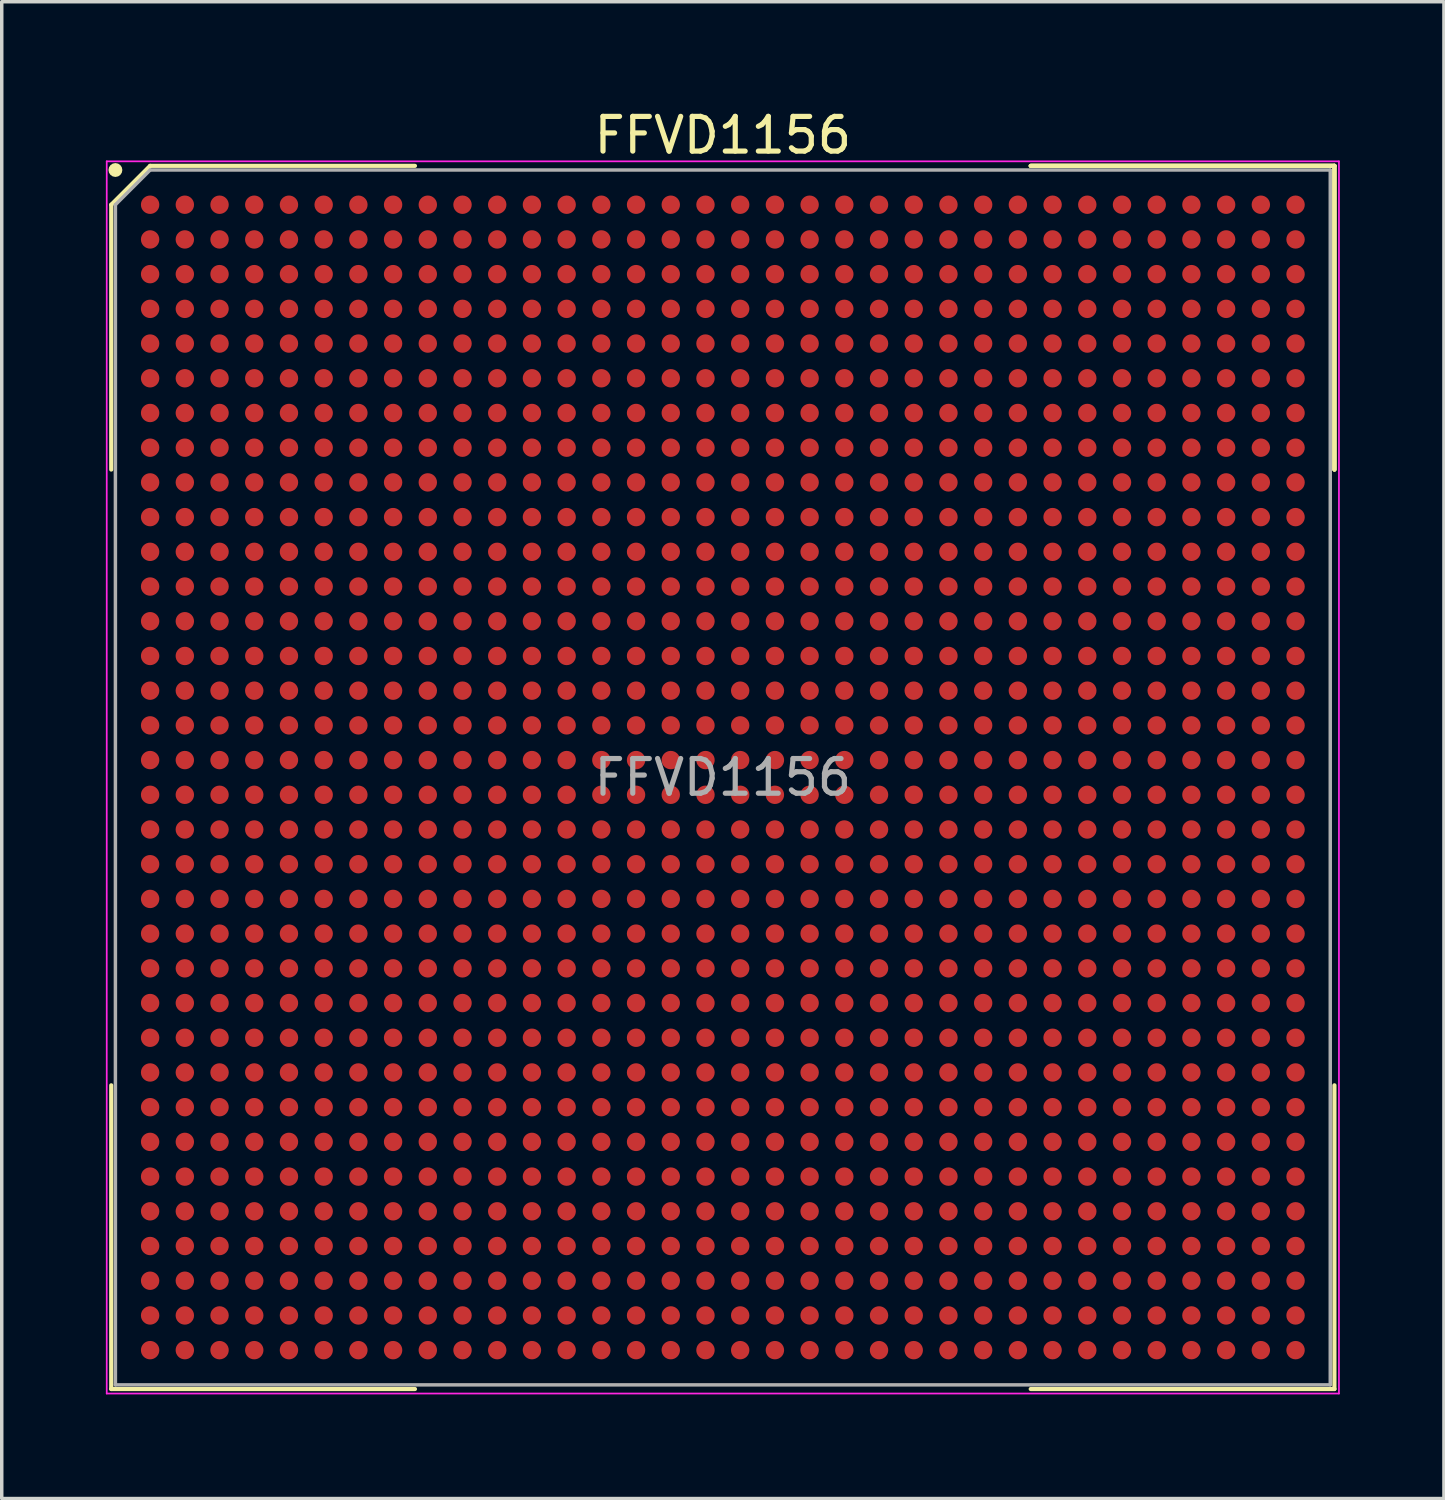
<source format=kicad_pcb>
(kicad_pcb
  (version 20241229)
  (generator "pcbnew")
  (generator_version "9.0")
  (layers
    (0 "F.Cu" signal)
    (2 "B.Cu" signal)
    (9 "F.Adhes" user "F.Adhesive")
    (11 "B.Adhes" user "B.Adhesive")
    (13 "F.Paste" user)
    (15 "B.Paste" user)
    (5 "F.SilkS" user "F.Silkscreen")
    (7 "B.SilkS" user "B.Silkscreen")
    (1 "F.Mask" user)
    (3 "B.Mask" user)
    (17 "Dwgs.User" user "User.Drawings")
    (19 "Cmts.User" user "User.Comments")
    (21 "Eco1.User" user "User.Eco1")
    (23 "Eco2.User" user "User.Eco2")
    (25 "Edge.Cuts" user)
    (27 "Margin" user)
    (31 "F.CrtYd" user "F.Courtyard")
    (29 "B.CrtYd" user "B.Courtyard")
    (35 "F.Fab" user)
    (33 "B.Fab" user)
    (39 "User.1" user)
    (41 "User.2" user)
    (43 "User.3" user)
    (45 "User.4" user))
  (footprint "FFVD1156"
    (layer "F.Cu")
    (at 17.775 19.348)
    (property "Reference" "FFVD1156" (at 0 -18.5 0) (layer "F.SilkS") (effects (font (size 1 1) (thickness 0.15))))
    (attr smd)
    (fp_line (start -17.62 -16.5) (end -17.62 -8.87) (stroke (width 0.12) (type solid)) (layer "F.SilkS"))
    (fp_line (start -17.62 17.62) (end -17.62 8.87) (stroke (width 0.12) (type solid)) (layer "F.SilkS"))
    (fp_line (start -16.5 -17.62) (end -17.62 -16.5) (stroke (width 0.12) (type solid)) (layer "F.SilkS"))
    (fp_line (start -8.87 -17.62) (end -16.5 -17.62) (stroke (width 0.12) (type solid)) (layer "F.SilkS"))
    (fp_line (start -8.87 17.62) (end -17.62 17.62) (stroke (width 0.12) (type solid)) (layer "F.SilkS"))
    (fp_line (start 8.87 -17.62) (end 17.62 -17.62) (stroke (width 0.12) (type solid)) (layer "F.SilkS"))
    (fp_line (start 8.87 -17.62) (end 17.62 -17.62) (stroke (width 0.12) (type solid)) (layer "F.SilkS"))
    (fp_line (start 8.87 -17.62) (end 17.62 -17.62) (stroke (width 0.12) (type solid)) (layer "F.SilkS"))
    (fp_line (start 8.87 17.62) (end 17.62 17.62) (stroke (width 0.12) (type solid)) (layer "F.SilkS"))
    (fp_line (start 17.62 -17.62) (end 17.62 -8.87) (stroke (width 0.12) (type solid)) (layer "F.SilkS"))
    (fp_line (start 17.62 -17.62) (end 17.62 -8.87) (stroke (width 0.12) (type solid)) (layer "F.SilkS"))
    (fp_line (start 17.62 -17.62) (end 17.62 -8.87) (stroke (width 0.12) (type solid)) (layer "F.SilkS"))
    (fp_line (start 17.62 17.62) (end 17.62 8.87) (stroke (width 0.12) (type solid)) (layer "F.SilkS"))
    (fp_circle (center -17.5 -17.5) (end -17.5 -17.4) (stroke (width 0.2) (type solid)) (fill no) (layer "F.SilkS"))
    (fp_line (start -17.75 -17.75) (end 17.75 -17.75) (stroke (width 0.05) (type solid)) (layer "F.CrtYd"))
    (fp_line (start -17.75 17.75) (end -17.75 -17.75) (stroke (width 0.05) (type solid)) (layer "F.CrtYd"))
    (fp_line (start 17.75 -17.75) (end 17.75 17.75) (stroke (width 0.05) (type solid)) (layer "F.CrtYd"))
    (fp_line (start 17.75 17.75) (end -17.75 17.75) (stroke (width 0.05) (type solid)) (layer "F.CrtYd"))
    (fp_line (start -17.5 -16.5) (end -17.5 17.5) (stroke (width 0.1) (type solid)) (layer "F.Fab"))
    (fp_line (start -17.5 17.5) (end 17.5 17.5) (stroke (width 0.1) (type solid)) (layer "F.Fab"))
    (fp_line (start -16.5 -17.5) (end -17.5 -16.5) (stroke (width 0.1) (type solid)) (layer "F.Fab"))
    (fp_line (start 17.5 -17.5) (end -16.5 -17.5) (stroke (width 0.1) (type solid)) (layer "F.Fab"))
    (fp_line (start 17.5 17.5) (end 17.5 -17.5) (stroke (width 0.1) (type solid)) (layer "F.Fab"))
    (fp_text user "${REFERENCE}" (at 0 0 0) (layer "F.Fab") (effects (font (size 1 1) (thickness 0.15))))
    (pad "A1" smd circle (at -16.5 -16.5) (size 0.53 0.53) (layers "F.Cu" "F.Mask" "F.Paste"))
    (pad "A2" smd circle (at -15.5 -16.5) (size 0.53 0.53) (layers "F.Cu" "F.Mask" "F.Paste"))
    (pad "A3" smd circle (at -14.5 -16.5) (size 0.53 0.53) (layers "F.Cu" "F.Mask" "F.Paste"))
    (pad "A4" smd circle (at -13.5 -16.5) (size 0.53 0.53) (layers "F.Cu" "F.Mask" "F.Paste"))
    (pad "A5" smd circle (at -12.5 -16.5) (size 0.53 0.53) (layers "F.Cu" "F.Mask" "F.Paste"))
    (pad "A6" smd circle (at -11.5 -16.5) (size 0.53 0.53) (layers "F.Cu" "F.Mask" "F.Paste"))
    (pad "A7" smd circle (at -10.5 -16.5) (size 0.53 0.53) (layers "F.Cu" "F.Mask" "F.Paste"))
    (pad "A8" smd circle (at -9.5 -16.5) (size 0.53 0.53) (layers "F.Cu" "F.Mask" "F.Paste"))
    (pad "A9" smd circle (at -8.5 -16.5) (size 0.53 0.53) (layers "F.Cu" "F.Mask" "F.Paste"))
    (pad "A10" smd circle (at -7.5 -16.5) (size 0.53 0.53) (layers "F.Cu" "F.Mask" "F.Paste"))
    (pad "A11" smd circle (at -6.5 -16.5) (size 0.53 0.53) (layers "F.Cu" "F.Mask" "F.Paste"))
    (pad "A12" smd circle (at -5.5 -16.5) (size 0.53 0.53) (layers "F.Cu" "F.Mask" "F.Paste"))
    (pad "A13" smd circle (at -4.5 -16.5) (size 0.53 0.53) (layers "F.Cu" "F.Mask" "F.Paste"))
    (pad "A14" smd circle (at -3.5 -16.5) (size 0.53 0.53) (layers "F.Cu" "F.Mask" "F.Paste"))
    (pad "A15" smd circle (at -2.5 -16.5) (size 0.53 0.53) (layers "F.Cu" "F.Mask" "F.Paste"))
    (pad "A16" smd circle (at -1.5 -16.5) (size 0.53 0.53) (layers "F.Cu" "F.Mask" "F.Paste"))
    (pad "A17" smd circle (at -0.5 -16.5) (size 0.53 0.53) (layers "F.Cu" "F.Mask" "F.Paste"))
    (pad "A18" smd circle (at 0.5 -16.5) (size 0.53 0.53) (layers "F.Cu" "F.Mask" "F.Paste"))
    (pad "A19" smd circle (at 1.5 -16.5) (size 0.53 0.53) (layers "F.Cu" "F.Mask" "F.Paste"))
    (pad "A20" smd circle (at 2.5 -16.5) (size 0.53 0.53) (layers "F.Cu" "F.Mask" "F.Paste"))
    (pad "A21" smd circle (at 3.5 -16.5) (size 0.53 0.53) (layers "F.Cu" "F.Mask" "F.Paste"))
    (pad "A22" smd circle (at 4.5 -16.5) (size 0.53 0.53) (layers "F.Cu" "F.Mask" "F.Paste"))
    (pad "A23" smd circle (at 5.5 -16.5) (size 0.53 0.53) (layers "F.Cu" "F.Mask" "F.Paste"))
    (pad "A24" smd circle (at 6.5 -16.5) (size 0.53 0.53) (layers "F.Cu" "F.Mask" "F.Paste"))
    (pad "A25" smd circle (at 7.5 -16.5) (size 0.53 0.53) (layers "F.Cu" "F.Mask" "F.Paste"))
    (pad "A26" smd circle (at 8.5 -16.5) (size 0.53 0.53) (layers "F.Cu" "F.Mask" "F.Paste"))
    (pad "A27" smd circle (at 9.5 -16.5) (size 0.53 0.53) (layers "F.Cu" "F.Mask" "F.Paste"))
    (pad "A28" smd circle (at 10.5 -16.5) (size 0.53 0.53) (layers "F.Cu" "F.Mask" "F.Paste"))
    (pad "A29" smd circle (at 11.5 -16.5) (size 0.53 0.53) (layers "F.Cu" "F.Mask" "F.Paste"))
    (pad "A30" smd circle (at 12.5 -16.5) (size 0.53 0.53) (layers "F.Cu" "F.Mask" "F.Paste"))
    (pad "A31" smd circle (at 13.5 -16.5) (size 0.53 0.53) (layers "F.Cu" "F.Mask" "F.Paste"))
    (pad "A32" smd circle (at 14.5 -16.5) (size 0.53 0.53) (layers "F.Cu" "F.Mask" "F.Paste"))
    (pad "A33" smd circle (at 15.5 -16.5) (size 0.53 0.53) (layers "F.Cu" "F.Mask" "F.Paste"))
    (pad "A34" smd circle (at 16.5 -16.5) (size 0.53 0.53) (layers "F.Cu" "F.Mask" "F.Paste"))
    (pad "AA1" smd circle (at -16.5 3.5) (size 0.53 0.53) (layers "F.Cu" "F.Mask" "F.Paste"))
    (pad "AA2" smd circle (at -15.5 3.5) (size 0.53 0.53) (layers "F.Cu" "F.Mask" "F.Paste"))
    (pad "AA3" smd circle (at -14.5 3.5) (size 0.53 0.53) (layers "F.Cu" "F.Mask" "F.Paste"))
    (pad "AA4" smd circle (at -13.5 3.5) (size 0.53 0.53) (layers "F.Cu" "F.Mask" "F.Paste"))
    (pad "AA5" smd circle (at -12.5 3.5) (size 0.53 0.53) (layers "F.Cu" "F.Mask" "F.Paste"))
    (pad "AA6" smd circle (at -11.5 3.5) (size 0.53 0.53) (layers "F.Cu" "F.Mask" "F.Paste"))
    (pad "AA7" smd circle (at -10.5 3.5) (size 0.53 0.53) (layers "F.Cu" "F.Mask" "F.Paste"))
    (pad "AA8" smd circle (at -9.5 3.5) (size 0.53 0.53) (layers "F.Cu" "F.Mask" "F.Paste"))
    (pad "AA9" smd circle (at -8.5 3.5) (size 0.53 0.53) (layers "F.Cu" "F.Mask" "F.Paste"))
    (pad "AA10" smd circle (at -7.5 3.5) (size 0.53 0.53) (layers "F.Cu" "F.Mask" "F.Paste"))
    (pad "AA11" smd circle (at -6.5 3.5) (size 0.53 0.53) (layers "F.Cu" "F.Mask" "F.Paste"))
    (pad "AA12" smd circle (at -5.5 3.5) (size 0.53 0.53) (layers "F.Cu" "F.Mask" "F.Paste"))
    (pad "AA13" smd circle (at -4.5 3.5) (size 0.53 0.53) (layers "F.Cu" "F.Mask" "F.Paste"))
    (pad "AA14" smd circle (at -3.5 3.5) (size 0.53 0.53) (layers "F.Cu" "F.Mask" "F.Paste"))
    (pad "AA15" smd circle (at -2.5 3.5) (size 0.53 0.53) (layers "F.Cu" "F.Mask" "F.Paste"))
    (pad "AA16" smd circle (at -1.5 3.5) (size 0.53 0.53) (layers "F.Cu" "F.Mask" "F.Paste"))
    (pad "AA17" smd circle (at -0.5 3.5) (size 0.53 0.53) (layers "F.Cu" "F.Mask" "F.Paste"))
    (pad "AA18" smd circle (at 0.5 3.5) (size 0.53 0.53) (layers "F.Cu" "F.Mask" "F.Paste"))
    (pad "AA19" smd circle (at 1.5 3.5) (size 0.53 0.53) (layers "F.Cu" "F.Mask" "F.Paste"))
    (pad "AA20" smd circle (at 2.5 3.5) (size 0.53 0.53) (layers "F.Cu" "F.Mask" "F.Paste"))
    (pad "AA21" smd circle (at 3.5 3.5) (size 0.53 0.53) (layers "F.Cu" "F.Mask" "F.Paste"))
    (pad "AA22" smd circle (at 4.5 3.5) (size 0.53 0.53) (layers "F.Cu" "F.Mask" "F.Paste"))
    (pad "AA23" smd circle (at 5.5 3.5) (size 0.53 0.53) (layers "F.Cu" "F.Mask" "F.Paste"))
    (pad "AA24" smd circle (at 6.5 3.5) (size 0.53 0.53) (layers "F.Cu" "F.Mask" "F.Paste"))
    (pad "AA25" smd circle (at 7.5 3.5) (size 0.53 0.53) (layers "F.Cu" "F.Mask" "F.Paste"))
    (pad "AA26" smd circle (at 8.5 3.5) (size 0.53 0.53) (layers "F.Cu" "F.Mask" "F.Paste"))
    (pad "AA27" smd circle (at 9.5 3.5) (size 0.53 0.53) (layers "F.Cu" "F.Mask" "F.Paste"))
    (pad "AA28" smd circle (at 10.5 3.5) (size 0.53 0.53) (layers "F.Cu" "F.Mask" "F.Paste"))
    (pad "AA29" smd circle (at 11.5 3.5) (size 0.53 0.53) (layers "F.Cu" "F.Mask" "F.Paste"))
    (pad "AA30" smd circle (at 12.5 3.5) (size 0.53 0.53) (layers "F.Cu" "F.Mask" "F.Paste"))
    (pad "AA31" smd circle (at 13.5 3.5) (size 0.53 0.53) (layers "F.Cu" "F.Mask" "F.Paste"))
    (pad "AA32" smd circle (at 14.5 3.5) (size 0.53 0.53) (layers "F.Cu" "F.Mask" "F.Paste"))
    (pad "AA33" smd circle (at 15.5 3.5) (size 0.53 0.53) (layers "F.Cu" "F.Mask" "F.Paste"))
    (pad "AA34" smd circle (at 16.5 3.5) (size 0.53 0.53) (layers "F.Cu" "F.Mask" "F.Paste"))
    (pad "AB1" smd circle (at -16.5 4.5) (size 0.53 0.53) (layers "F.Cu" "F.Mask" "F.Paste"))
    (pad "AB2" smd circle (at -15.5 4.5) (size 0.53 0.53) (layers "F.Cu" "F.Mask" "F.Paste"))
    (pad "AB3" smd circle (at -14.5 4.5) (size 0.53 0.53) (layers "F.Cu" "F.Mask" "F.Paste"))
    (pad "AB4" smd circle (at -13.5 4.5) (size 0.53 0.53) (layers "F.Cu" "F.Mask" "F.Paste"))
    (pad "AB5" smd circle (at -12.5 4.5) (size 0.53 0.53) (layers "F.Cu" "F.Mask" "F.Paste"))
    (pad "AB6" smd circle (at -11.5 4.5) (size 0.53 0.53) (layers "F.Cu" "F.Mask" "F.Paste"))
    (pad "AB7" smd circle (at -10.5 4.5) (size 0.53 0.53) (layers "F.Cu" "F.Mask" "F.Paste"))
    (pad "AB8" smd circle (at -9.5 4.5) (size 0.53 0.53) (layers "F.Cu" "F.Mask" "F.Paste"))
    (pad "AB9" smd circle (at -8.5 4.5) (size 0.53 0.53) (layers "F.Cu" "F.Mask" "F.Paste"))
    (pad "AB10" smd circle (at -7.5 4.5) (size 0.53 0.53) (layers "F.Cu" "F.Mask" "F.Paste"))
    (pad "AB11" smd circle (at -6.5 4.5) (size 0.53 0.53) (layers "F.Cu" "F.Mask" "F.Paste"))
    (pad "AB12" smd circle (at -5.5 4.5) (size 0.53 0.53) (layers "F.Cu" "F.Mask" "F.Paste"))
    (pad "AB13" smd circle (at -4.5 4.5) (size 0.53 0.53) (layers "F.Cu" "F.Mask" "F.Paste"))
    (pad "AB14" smd circle (at -3.5 4.5) (size 0.53 0.53) (layers "F.Cu" "F.Mask" "F.Paste"))
    (pad "AB15" smd circle (at -2.5 4.5) (size 0.53 0.53) (layers "F.Cu" "F.Mask" "F.Paste"))
    (pad "AB16" smd circle (at -1.5 4.5) (size 0.53 0.53) (layers "F.Cu" "F.Mask" "F.Paste"))
    (pad "AB17" smd circle (at -0.5 4.5) (size 0.53 0.53) (layers "F.Cu" "F.Mask" "F.Paste"))
    (pad "AB18" smd circle (at 0.5 4.5) (size 0.53 0.53) (layers "F.Cu" "F.Mask" "F.Paste"))
    (pad "AB19" smd circle (at 1.5 4.5) (size 0.53 0.53) (layers "F.Cu" "F.Mask" "F.Paste"))
    (pad "AB20" smd circle (at 2.5 4.5) (size 0.53 0.53) (layers "F.Cu" "F.Mask" "F.Paste"))
    (pad "AB21" smd circle (at 3.5 4.5) (size 0.53 0.53) (layers "F.Cu" "F.Mask" "F.Paste"))
    (pad "AB22" smd circle (at 4.5 4.5) (size 0.53 0.53) (layers "F.Cu" "F.Mask" "F.Paste"))
    (pad "AB23" smd circle (at 5.5 4.5) (size 0.53 0.53) (layers "F.Cu" "F.Mask" "F.Paste"))
    (pad "AB24" smd circle (at 6.5 4.5) (size 0.53 0.53) (layers "F.Cu" "F.Mask" "F.Paste"))
    (pad "AB25" smd circle (at 7.5 4.5) (size 0.53 0.53) (layers "F.Cu" "F.Mask" "F.Paste"))
    (pad "AB26" smd circle (at 8.5 4.5) (size 0.53 0.53) (layers "F.Cu" "F.Mask" "F.Paste"))
    (pad "AB27" smd circle (at 9.5 4.5) (size 0.53 0.53) (layers "F.Cu" "F.Mask" "F.Paste"))
    (pad "AB28" smd circle (at 10.5 4.5) (size 0.53 0.53) (layers "F.Cu" "F.Mask" "F.Paste"))
    (pad "AB29" smd circle (at 11.5 4.5) (size 0.53 0.53) (layers "F.Cu" "F.Mask" "F.Paste"))
    (pad "AB30" smd circle (at 12.5 4.5) (size 0.53 0.53) (layers "F.Cu" "F.Mask" "F.Paste"))
    (pad "AB31" smd circle (at 13.5 4.5) (size 0.53 0.53) (layers "F.Cu" "F.Mask" "F.Paste"))
    (pad "AB32" smd circle (at 14.5 4.5) (size 0.53 0.53) (layers "F.Cu" "F.Mask" "F.Paste"))
    (pad "AB33" smd circle (at 15.5 4.5) (size 0.53 0.53) (layers "F.Cu" "F.Mask" "F.Paste"))
    (pad "AB34" smd circle (at 16.5 4.5) (size 0.53 0.53) (layers "F.Cu" "F.Mask" "F.Paste"))
    (pad "AC1" smd circle (at -16.5 5.5) (size 0.53 0.53) (layers "F.Cu" "F.Mask" "F.Paste"))
    (pad "AC2" smd circle (at -15.5 5.5) (size 0.53 0.53) (layers "F.Cu" "F.Mask" "F.Paste"))
    (pad "AC3" smd circle (at -14.5 5.5) (size 0.53 0.53) (layers "F.Cu" "F.Mask" "F.Paste"))
    (pad "AC4" smd circle (at -13.5 5.5) (size 0.53 0.53) (layers "F.Cu" "F.Mask" "F.Paste"))
    (pad "AC5" smd circle (at -12.5 5.5) (size 0.53 0.53) (layers "F.Cu" "F.Mask" "F.Paste"))
    (pad "AC6" smd circle (at -11.5 5.5) (size 0.53 0.53) (layers "F.Cu" "F.Mask" "F.Paste"))
    (pad "AC7" smd circle (at -10.5 5.5) (size 0.53 0.53) (layers "F.Cu" "F.Mask" "F.Paste"))
    (pad "AC8" smd circle (at -9.5 5.5) (size 0.53 0.53) (layers "F.Cu" "F.Mask" "F.Paste"))
    (pad "AC9" smd circle (at -8.5 5.5) (size 0.53 0.53) (layers "F.Cu" "F.Mask" "F.Paste"))
    (pad "AC10" smd circle (at -7.5 5.5) (size 0.53 0.53) (layers "F.Cu" "F.Mask" "F.Paste"))
    (pad "AC11" smd circle (at -6.5 5.5) (size 0.53 0.53) (layers "F.Cu" "F.Mask" "F.Paste"))
    (pad "AC12" smd circle (at -5.5 5.5) (size 0.53 0.53) (layers "F.Cu" "F.Mask" "F.Paste"))
    (pad "AC13" smd circle (at -4.5 5.5) (size 0.53 0.53) (layers "F.Cu" "F.Mask" "F.Paste"))
    (pad "AC14" smd circle (at -3.5 5.5) (size 0.53 0.53) (layers "F.Cu" "F.Mask" "F.Paste"))
    (pad "AC15" smd circle (at -2.5 5.5) (size 0.53 0.53) (layers "F.Cu" "F.Mask" "F.Paste"))
    (pad "AC16" smd circle (at -1.5 5.5) (size 0.53 0.53) (layers "F.Cu" "F.Mask" "F.Paste"))
    (pad "AC17" smd circle (at -0.5 5.5) (size 0.53 0.53) (layers "F.Cu" "F.Mask" "F.Paste"))
    (pad "AC18" smd circle (at 0.5 5.5) (size 0.53 0.53) (layers "F.Cu" "F.Mask" "F.Paste"))
    (pad "AC19" smd circle (at 1.5 5.5) (size 0.53 0.53) (layers "F.Cu" "F.Mask" "F.Paste"))
    (pad "AC20" smd circle (at 2.5 5.5) (size 0.53 0.53) (layers "F.Cu" "F.Mask" "F.Paste"))
    (pad "AC21" smd circle (at 3.5 5.5) (size 0.53 0.53) (layers "F.Cu" "F.Mask" "F.Paste"))
    (pad "AC22" smd circle (at 4.5 5.5) (size 0.53 0.53) (layers "F.Cu" "F.Mask" "F.Paste"))
    (pad "AC23" smd circle (at 5.5 5.5) (size 0.53 0.53) (layers "F.Cu" "F.Mask" "F.Paste"))
    (pad "AC24" smd circle (at 6.5 5.5) (size 0.53 0.53) (layers "F.Cu" "F.Mask" "F.Paste"))
    (pad "AC25" smd circle (at 7.5 5.5) (size 0.53 0.53) (layers "F.Cu" "F.Mask" "F.Paste"))
    (pad "AC26" smd circle (at 8.5 5.5) (size 0.53 0.53) (layers "F.Cu" "F.Mask" "F.Paste"))
    (pad "AC27" smd circle (at 9.5 5.5) (size 0.53 0.53) (layers "F.Cu" "F.Mask" "F.Paste"))
    (pad "AC28" smd circle (at 10.5 5.5) (size 0.53 0.53) (layers "F.Cu" "F.Mask" "F.Paste"))
    (pad "AC29" smd circle (at 11.5 5.5) (size 0.53 0.53) (layers "F.Cu" "F.Mask" "F.Paste"))
    (pad "AC30" smd circle (at 12.5 5.5) (size 0.53 0.53) (layers "F.Cu" "F.Mask" "F.Paste"))
    (pad "AC31" smd circle (at 13.5 5.5) (size 0.53 0.53) (layers "F.Cu" "F.Mask" "F.Paste"))
    (pad "AC32" smd circle (at 14.5 5.5) (size 0.53 0.53) (layers "F.Cu" "F.Mask" "F.Paste"))
    (pad "AC33" smd circle (at 15.5 5.5) (size 0.53 0.53) (layers "F.Cu" "F.Mask" "F.Paste"))
    (pad "AC34" smd circle (at 16.5 5.5) (size 0.53 0.53) (layers "F.Cu" "F.Mask" "F.Paste"))
    (pad "AD1" smd circle (at -16.5 6.5) (size 0.53 0.53) (layers "F.Cu" "F.Mask" "F.Paste"))
    (pad "AD2" smd circle (at -15.5 6.5) (size 0.53 0.53) (layers "F.Cu" "F.Mask" "F.Paste"))
    (pad "AD3" smd circle (at -14.5 6.5) (size 0.53 0.53) (layers "F.Cu" "F.Mask" "F.Paste"))
    (pad "AD4" smd circle (at -13.5 6.5) (size 0.53 0.53) (layers "F.Cu" "F.Mask" "F.Paste"))
    (pad "AD5" smd circle (at -12.5 6.5) (size 0.53 0.53) (layers "F.Cu" "F.Mask" "F.Paste"))
    (pad "AD6" smd circle (at -11.5 6.5) (size 0.53 0.53) (layers "F.Cu" "F.Mask" "F.Paste"))
    (pad "AD7" smd circle (at -10.5 6.5) (size 0.53 0.53) (layers "F.Cu" "F.Mask" "F.Paste"))
    (pad "AD8" smd circle (at -9.5 6.5) (size 0.53 0.53) (layers "F.Cu" "F.Mask" "F.Paste"))
    (pad "AD9" smd circle (at -8.5 6.5) (size 0.53 0.53) (layers "F.Cu" "F.Mask" "F.Paste"))
    (pad "AD10" smd circle (at -7.5 6.5) (size 0.53 0.53) (layers "F.Cu" "F.Mask" "F.Paste"))
    (pad "AD11" smd circle (at -6.5 6.5) (size 0.53 0.53) (layers "F.Cu" "F.Mask" "F.Paste"))
    (pad "AD12" smd circle (at -5.5 6.5) (size 0.53 0.53) (layers "F.Cu" "F.Mask" "F.Paste"))
    (pad "AD13" smd circle (at -4.5 6.5) (size 0.53 0.53) (layers "F.Cu" "F.Mask" "F.Paste"))
    (pad "AD14" smd circle (at -3.5 6.5) (size 0.53 0.53) (layers "F.Cu" "F.Mask" "F.Paste"))
    (pad "AD15" smd circle (at -2.5 6.5) (size 0.53 0.53) (layers "F.Cu" "F.Mask" "F.Paste"))
    (pad "AD16" smd circle (at -1.5 6.5) (size 0.53 0.53) (layers "F.Cu" "F.Mask" "F.Paste"))
    (pad "AD17" smd circle (at -0.5 6.5) (size 0.53 0.53) (layers "F.Cu" "F.Mask" "F.Paste"))
    (pad "AD18" smd circle (at 0.5 6.5) (size 0.53 0.53) (layers "F.Cu" "F.Mask" "F.Paste"))
    (pad "AD19" smd circle (at 1.5 6.5) (size 0.53 0.53) (layers "F.Cu" "F.Mask" "F.Paste"))
    (pad "AD20" smd circle (at 2.5 6.5) (size 0.53 0.53) (layers "F.Cu" "F.Mask" "F.Paste"))
    (pad "AD21" smd circle (at 3.5 6.5) (size 0.53 0.53) (layers "F.Cu" "F.Mask" "F.Paste"))
    (pad "AD22" smd circle (at 4.5 6.5) (size 0.53 0.53) (layers "F.Cu" "F.Mask" "F.Paste"))
    (pad "AD23" smd circle (at 5.5 6.5) (size 0.53 0.53) (layers "F.Cu" "F.Mask" "F.Paste"))
    (pad "AD24" smd circle (at 6.5 6.5) (size 0.53 0.53) (layers "F.Cu" "F.Mask" "F.Paste"))
    (pad "AD25" smd circle (at 7.5 6.5) (size 0.53 0.53) (layers "F.Cu" "F.Mask" "F.Paste"))
    (pad "AD26" smd circle (at 8.5 6.5) (size 0.53 0.53) (layers "F.Cu" "F.Mask" "F.Paste"))
    (pad "AD27" smd circle (at 9.5 6.5) (size 0.53 0.53) (layers "F.Cu" "F.Mask" "F.Paste"))
    (pad "AD28" smd circle (at 10.5 6.5) (size 0.53 0.53) (layers "F.Cu" "F.Mask" "F.Paste"))
    (pad "AD29" smd circle (at 11.5 6.5) (size 0.53 0.53) (layers "F.Cu" "F.Mask" "F.Paste"))
    (pad "AD30" smd circle (at 12.5 6.5) (size 0.53 0.53) (layers "F.Cu" "F.Mask" "F.Paste"))
    (pad "AD31" smd circle (at 13.5 6.5) (size 0.53 0.53) (layers "F.Cu" "F.Mask" "F.Paste"))
    (pad "AD32" smd circle (at 14.5 6.5) (size 0.53 0.53) (layers "F.Cu" "F.Mask" "F.Paste"))
    (pad "AD33" smd circle (at 15.5 6.5) (size 0.53 0.53) (layers "F.Cu" "F.Mask" "F.Paste"))
    (pad "AD34" smd circle (at 16.5 6.5) (size 0.53 0.53) (layers "F.Cu" "F.Mask" "F.Paste"))
    (pad "AE1" smd circle (at -16.5 7.5) (size 0.53 0.53) (layers "F.Cu" "F.Mask" "F.Paste"))
    (pad "AE2" smd circle (at -15.5 7.5) (size 0.53 0.53) (layers "F.Cu" "F.Mask" "F.Paste"))
    (pad "AE3" smd circle (at -14.5 7.5) (size 0.53 0.53) (layers "F.Cu" "F.Mask" "F.Paste"))
    (pad "AE4" smd circle (at -13.5 7.5) (size 0.53 0.53) (layers "F.Cu" "F.Mask" "F.Paste"))
    (pad "AE5" smd circle (at -12.5 7.5) (size 0.53 0.53) (layers "F.Cu" "F.Mask" "F.Paste"))
    (pad "AE6" smd circle (at -11.5 7.5) (size 0.53 0.53) (layers "F.Cu" "F.Mask" "F.Paste"))
    (pad "AE7" smd circle (at -10.5 7.5) (size 0.53 0.53) (layers "F.Cu" "F.Mask" "F.Paste"))
    (pad "AE8" smd circle (at -9.5 7.5) (size 0.53 0.53) (layers "F.Cu" "F.Mask" "F.Paste"))
    (pad "AE9" smd circle (at -8.5 7.5) (size 0.53 0.53) (layers "F.Cu" "F.Mask" "F.Paste"))
    (pad "AE10" smd circle (at -7.5 7.5) (size 0.53 0.53) (layers "F.Cu" "F.Mask" "F.Paste"))
    (pad "AE11" smd circle (at -6.5 7.5) (size 0.53 0.53) (layers "F.Cu" "F.Mask" "F.Paste"))
    (pad "AE12" smd circle (at -5.5 7.5) (size 0.53 0.53) (layers "F.Cu" "F.Mask" "F.Paste"))
    (pad "AE13" smd circle (at -4.5 7.5) (size 0.53 0.53) (layers "F.Cu" "F.Mask" "F.Paste"))
    (pad "AE14" smd circle (at -3.5 7.5) (size 0.53 0.53) (layers "F.Cu" "F.Mask" "F.Paste"))
    (pad "AE15" smd circle (at -2.5 7.5) (size 0.53 0.53) (layers "F.Cu" "F.Mask" "F.Paste"))
    (pad "AE16" smd circle (at -1.5 7.5) (size 0.53 0.53) (layers "F.Cu" "F.Mask" "F.Paste"))
    (pad "AE17" smd circle (at -0.5 7.5) (size 0.53 0.53) (layers "F.Cu" "F.Mask" "F.Paste"))
    (pad "AE18" smd circle (at 0.5 7.5) (size 0.53 0.53) (layers "F.Cu" "F.Mask" "F.Paste"))
    (pad "AE19" smd circle (at 1.5 7.5) (size 0.53 0.53) (layers "F.Cu" "F.Mask" "F.Paste"))
    (pad "AE20" smd circle (at 2.5 7.5) (size 0.53 0.53) (layers "F.Cu" "F.Mask" "F.Paste"))
    (pad "AE21" smd circle (at 3.5 7.5) (size 0.53 0.53) (layers "F.Cu" "F.Mask" "F.Paste"))
    (pad "AE22" smd circle (at 4.5 7.5) (size 0.53 0.53) (layers "F.Cu" "F.Mask" "F.Paste"))
    (pad "AE23" smd circle (at 5.5 7.5) (size 0.53 0.53) (layers "F.Cu" "F.Mask" "F.Paste"))
    (pad "AE24" smd circle (at 6.5 7.5) (size 0.53 0.53) (layers "F.Cu" "F.Mask" "F.Paste"))
    (pad "AE25" smd circle (at 7.5 7.5) (size 0.53 0.53) (layers "F.Cu" "F.Mask" "F.Paste"))
    (pad "AE26" smd circle (at 8.5 7.5) (size 0.53 0.53) (layers "F.Cu" "F.Mask" "F.Paste"))
    (pad "AE27" smd circle (at 9.5 7.5) (size 0.53 0.53) (layers "F.Cu" "F.Mask" "F.Paste"))
    (pad "AE28" smd circle (at 10.5 7.5) (size 0.53 0.53) (layers "F.Cu" "F.Mask" "F.Paste"))
    (pad "AE29" smd circle (at 11.5 7.5) (size 0.53 0.53) (layers "F.Cu" "F.Mask" "F.Paste"))
    (pad "AE30" smd circle (at 12.5 7.5) (size 0.53 0.53) (layers "F.Cu" "F.Mask" "F.Paste"))
    (pad "AE31" smd circle (at 13.5 7.5) (size 0.53 0.53) (layers "F.Cu" "F.Mask" "F.Paste"))
    (pad "AE32" smd circle (at 14.5 7.5) (size 0.53 0.53) (layers "F.Cu" "F.Mask" "F.Paste"))
    (pad "AE33" smd circle (at 15.5 7.5) (size 0.53 0.53) (layers "F.Cu" "F.Mask" "F.Paste"))
    (pad "AE34" smd circle (at 16.5 7.5) (size 0.53 0.53) (layers "F.Cu" "F.Mask" "F.Paste"))
    (pad "AF1" smd circle (at -16.5 8.5) (size 0.53 0.53) (layers "F.Cu" "F.Mask" "F.Paste"))
    (pad "AF2" smd circle (at -15.5 8.5) (size 0.53 0.53) (layers "F.Cu" "F.Mask" "F.Paste"))
    (pad "AF3" smd circle (at -14.5 8.5) (size 0.53 0.53) (layers "F.Cu" "F.Mask" "F.Paste"))
    (pad "AF4" smd circle (at -13.5 8.5) (size 0.53 0.53) (layers "F.Cu" "F.Mask" "F.Paste"))
    (pad "AF5" smd circle (at -12.5 8.5) (size 0.53 0.53) (layers "F.Cu" "F.Mask" "F.Paste"))
    (pad "AF6" smd circle (at -11.5 8.5) (size 0.53 0.53) (layers "F.Cu" "F.Mask" "F.Paste"))
    (pad "AF7" smd circle (at -10.5 8.5) (size 0.53 0.53) (layers "F.Cu" "F.Mask" "F.Paste"))
    (pad "AF8" smd circle (at -9.5 8.5) (size 0.53 0.53) (layers "F.Cu" "F.Mask" "F.Paste"))
    (pad "AF9" smd circle (at -8.5 8.5) (size 0.53 0.53) (layers "F.Cu" "F.Mask" "F.Paste"))
    (pad "AF10" smd circle (at -7.5 8.5) (size 0.53 0.53) (layers "F.Cu" "F.Mask" "F.Paste"))
    (pad "AF11" smd circle (at -6.5 8.5) (size 0.53 0.53) (layers "F.Cu" "F.Mask" "F.Paste"))
    (pad "AF12" smd circle (at -5.5 8.5) (size 0.53 0.53) (layers "F.Cu" "F.Mask" "F.Paste"))
    (pad "AF13" smd circle (at -4.5 8.5) (size 0.53 0.53) (layers "F.Cu" "F.Mask" "F.Paste"))
    (pad "AF14" smd circle (at -3.5 8.5) (size 0.53 0.53) (layers "F.Cu" "F.Mask" "F.Paste"))
    (pad "AF15" smd circle (at -2.5 8.5) (size 0.53 0.53) (layers "F.Cu" "F.Mask" "F.Paste"))
    (pad "AF16" smd circle (at -1.5 8.5) (size 0.53 0.53) (layers "F.Cu" "F.Mask" "F.Paste"))
    (pad "AF17" smd circle (at -0.5 8.5) (size 0.53 0.53) (layers "F.Cu" "F.Mask" "F.Paste"))
    (pad "AF18" smd circle (at 0.5 8.5) (size 0.53 0.53) (layers "F.Cu" "F.Mask" "F.Paste"))
    (pad "AF19" smd circle (at 1.5 8.5) (size 0.53 0.53) (layers "F.Cu" "F.Mask" "F.Paste"))
    (pad "AF20" smd circle (at 2.5 8.5) (size 0.53 0.53) (layers "F.Cu" "F.Mask" "F.Paste"))
    (pad "AF21" smd circle (at 3.5 8.5) (size 0.53 0.53) (layers "F.Cu" "F.Mask" "F.Paste"))
    (pad "AF22" smd circle (at 4.5 8.5) (size 0.53 0.53) (layers "F.Cu" "F.Mask" "F.Paste"))
    (pad "AF23" smd circle (at 5.5 8.5) (size 0.53 0.53) (layers "F.Cu" "F.Mask" "F.Paste"))
    (pad "AF24" smd circle (at 6.5 8.5) (size 0.53 0.53) (layers "F.Cu" "F.Mask" "F.Paste"))
    (pad "AF25" smd circle (at 7.5 8.5) (size 0.53 0.53) (layers "F.Cu" "F.Mask" "F.Paste"))
    (pad "AF26" smd circle (at 8.5 8.5) (size 0.53 0.53) (layers "F.Cu" "F.Mask" "F.Paste"))
    (pad "AF27" smd circle (at 9.5 8.5) (size 0.53 0.53) (layers "F.Cu" "F.Mask" "F.Paste"))
    (pad "AF28" smd circle (at 10.5 8.5) (size 0.53 0.53) (layers "F.Cu" "F.Mask" "F.Paste"))
    (pad "AF29" smd circle (at 11.5 8.5) (size 0.53 0.53) (layers "F.Cu" "F.Mask" "F.Paste"))
    (pad "AF30" smd circle (at 12.5 8.5) (size 0.53 0.53) (layers "F.Cu" "F.Mask" "F.Paste"))
    (pad "AF31" smd circle (at 13.5 8.5) (size 0.53 0.53) (layers "F.Cu" "F.Mask" "F.Paste"))
    (pad "AF32" smd circle (at 14.5 8.5) (size 0.53 0.53) (layers "F.Cu" "F.Mask" "F.Paste"))
    (pad "AF33" smd circle (at 15.5 8.5) (size 0.53 0.53) (layers "F.Cu" "F.Mask" "F.Paste"))
    (pad "AF34" smd circle (at 16.5 8.5) (size 0.53 0.53) (layers "F.Cu" "F.Mask" "F.Paste"))
    (pad "AG1" smd circle (at -16.5 9.5) (size 0.53 0.53) (layers "F.Cu" "F.Mask" "F.Paste"))
    (pad "AG2" smd circle (at -15.5 9.5) (size 0.53 0.53) (layers "F.Cu" "F.Mask" "F.Paste"))
    (pad "AG3" smd circle (at -14.5 9.5) (size 0.53 0.53) (layers "F.Cu" "F.Mask" "F.Paste"))
    (pad "AG4" smd circle (at -13.5 9.5) (size 0.53 0.53) (layers "F.Cu" "F.Mask" "F.Paste"))
    (pad "AG5" smd circle (at -12.5 9.5) (size 0.53 0.53) (layers "F.Cu" "F.Mask" "F.Paste"))
    (pad "AG6" smd circle (at -11.5 9.5) (size 0.53 0.53) (layers "F.Cu" "F.Mask" "F.Paste"))
    (pad "AG7" smd circle (at -10.5 9.5) (size 0.53 0.53) (layers "F.Cu" "F.Mask" "F.Paste"))
    (pad "AG8" smd circle (at -9.5 9.5) (size 0.53 0.53) (layers "F.Cu" "F.Mask" "F.Paste"))
    (pad "AG9" smd circle (at -8.5 9.5) (size 0.53 0.53) (layers "F.Cu" "F.Mask" "F.Paste"))
    (pad "AG10" smd circle (at -7.5 9.5) (size 0.53 0.53) (layers "F.Cu" "F.Mask" "F.Paste"))
    (pad "AG11" smd circle (at -6.5 9.5) (size 0.53 0.53) (layers "F.Cu" "F.Mask" "F.Paste"))
    (pad "AG12" smd circle (at -5.5 9.5) (size 0.53 0.53) (layers "F.Cu" "F.Mask" "F.Paste"))
    (pad "AG13" smd circle (at -4.5 9.5) (size 0.53 0.53) (layers "F.Cu" "F.Mask" "F.Paste"))
    (pad "AG14" smd circle (at -3.5 9.5) (size 0.53 0.53) (layers "F.Cu" "F.Mask" "F.Paste"))
    (pad "AG15" smd circle (at -2.5 9.5) (size 0.53 0.53) (layers "F.Cu" "F.Mask" "F.Paste"))
    (pad "AG16" smd circle (at -1.5 9.5) (size 0.53 0.53) (layers "F.Cu" "F.Mask" "F.Paste"))
    (pad "AG17" smd circle (at -0.5 9.5) (size 0.53 0.53) (layers "F.Cu" "F.Mask" "F.Paste"))
    (pad "AG18" smd circle (at 0.5 9.5) (size 0.53 0.53) (layers "F.Cu" "F.Mask" "F.Paste"))
    (pad "AG19" smd circle (at 1.5 9.5) (size 0.53 0.53) (layers "F.Cu" "F.Mask" "F.Paste"))
    (pad "AG20" smd circle (at 2.5 9.5) (size 0.53 0.53) (layers "F.Cu" "F.Mask" "F.Paste"))
    (pad "AG21" smd circle (at 3.5 9.5) (size 0.53 0.53) (layers "F.Cu" "F.Mask" "F.Paste"))
    (pad "AG22" smd circle (at 4.5 9.5) (size 0.53 0.53) (layers "F.Cu" "F.Mask" "F.Paste"))
    (pad "AG23" smd circle (at 5.5 9.5) (size 0.53 0.53) (layers "F.Cu" "F.Mask" "F.Paste"))
    (pad "AG24" smd circle (at 6.5 9.5) (size 0.53 0.53) (layers "F.Cu" "F.Mask" "F.Paste"))
    (pad "AG25" smd circle (at 7.5 9.5) (size 0.53 0.53) (layers "F.Cu" "F.Mask" "F.Paste"))
    (pad "AG26" smd circle (at 8.5 9.5) (size 0.53 0.53) (layers "F.Cu" "F.Mask" "F.Paste"))
    (pad "AG27" smd circle (at 9.5 9.5) (size 0.53 0.53) (layers "F.Cu" "F.Mask" "F.Paste"))
    (pad "AG28" smd circle (at 10.5 9.5) (size 0.53 0.53) (layers "F.Cu" "F.Mask" "F.Paste"))
    (pad "AG29" smd circle (at 11.5 9.5) (size 0.53 0.53) (layers "F.Cu" "F.Mask" "F.Paste"))
    (pad "AG30" smd circle (at 12.5 9.5) (size 0.53 0.53) (layers "F.Cu" "F.Mask" "F.Paste"))
    (pad "AG31" smd circle (at 13.5 9.5) (size 0.53 0.53) (layers "F.Cu" "F.Mask" "F.Paste"))
    (pad "AG32" smd circle (at 14.5 9.5) (size 0.53 0.53) (layers "F.Cu" "F.Mask" "F.Paste"))
    (pad "AG33" smd circle (at 15.5 9.5) (size 0.53 0.53) (layers "F.Cu" "F.Mask" "F.Paste"))
    (pad "AG34" smd circle (at 16.5 9.5) (size 0.53 0.53) (layers "F.Cu" "F.Mask" "F.Paste"))
    (pad "AH1" smd circle (at -16.5 10.5) (size 0.53 0.53) (layers "F.Cu" "F.Mask" "F.Paste"))
    (pad "AH2" smd circle (at -15.5 10.5) (size 0.53 0.53) (layers "F.Cu" "F.Mask" "F.Paste"))
    (pad "AH3" smd circle (at -14.5 10.5) (size 0.53 0.53) (layers "F.Cu" "F.Mask" "F.Paste"))
    (pad "AH4" smd circle (at -13.5 10.5) (size 0.53 0.53) (layers "F.Cu" "F.Mask" "F.Paste"))
    (pad "AH5" smd circle (at -12.5 10.5) (size 0.53 0.53) (layers "F.Cu" "F.Mask" "F.Paste"))
    (pad "AH6" smd circle (at -11.5 10.5) (size 0.53 0.53) (layers "F.Cu" "F.Mask" "F.Paste"))
    (pad "AH7" smd circle (at -10.5 10.5) (size 0.53 0.53) (layers "F.Cu" "F.Mask" "F.Paste"))
    (pad "AH8" smd circle (at -9.5 10.5) (size 0.53 0.53) (layers "F.Cu" "F.Mask" "F.Paste"))
    (pad "AH9" smd circle (at -8.5 10.5) (size 0.53 0.53) (layers "F.Cu" "F.Mask" "F.Paste"))
    (pad "AH10" smd circle (at -7.5 10.5) (size 0.53 0.53) (layers "F.Cu" "F.Mask" "F.Paste"))
    (pad "AH11" smd circle (at -6.5 10.5) (size 0.53 0.53) (layers "F.Cu" "F.Mask" "F.Paste"))
    (pad "AH12" smd circle (at -5.5 10.5) (size 0.53 0.53) (layers "F.Cu" "F.Mask" "F.Paste"))
    (pad "AH13" smd circle (at -4.5 10.5) (size 0.53 0.53) (layers "F.Cu" "F.Mask" "F.Paste"))
    (pad "AH14" smd circle (at -3.5 10.5) (size 0.53 0.53) (layers "F.Cu" "F.Mask" "F.Paste"))
    (pad "AH15" smd circle (at -2.5 10.5) (size 0.53 0.53) (layers "F.Cu" "F.Mask" "F.Paste"))
    (pad "AH16" smd circle (at -1.5 10.5) (size 0.53 0.53) (layers "F.Cu" "F.Mask" "F.Paste"))
    (pad "AH17" smd circle (at -0.5 10.5) (size 0.53 0.53) (layers "F.Cu" "F.Mask" "F.Paste"))
    (pad "AH18" smd circle (at 0.5 10.5) (size 0.53 0.53) (layers "F.Cu" "F.Mask" "F.Paste"))
    (pad "AH19" smd circle (at 1.5 10.5) (size 0.53 0.53) (layers "F.Cu" "F.Mask" "F.Paste"))
    (pad "AH20" smd circle (at 2.5 10.5) (size 0.53 0.53) (layers "F.Cu" "F.Mask" "F.Paste"))
    (pad "AH21" smd circle (at 3.5 10.5) (size 0.53 0.53) (layers "F.Cu" "F.Mask" "F.Paste"))
    (pad "AH22" smd circle (at 4.5 10.5) (size 0.53 0.53) (layers "F.Cu" "F.Mask" "F.Paste"))
    (pad "AH23" smd circle (at 5.5 10.5) (size 0.53 0.53) (layers "F.Cu" "F.Mask" "F.Paste"))
    (pad "AH24" smd circle (at 6.5 10.5) (size 0.53 0.53) (layers "F.Cu" "F.Mask" "F.Paste"))
    (pad "AH25" smd circle (at 7.5 10.5) (size 0.53 0.53) (layers "F.Cu" "F.Mask" "F.Paste"))
    (pad "AH26" smd circle (at 8.5 10.5) (size 0.53 0.53) (layers "F.Cu" "F.Mask" "F.Paste"))
    (pad "AH27" smd circle (at 9.5 10.5) (size 0.53 0.53) (layers "F.Cu" "F.Mask" "F.Paste"))
    (pad "AH28" smd circle (at 10.5 10.5) (size 0.53 0.53) (layers "F.Cu" "F.Mask" "F.Paste"))
    (pad "AH29" smd circle (at 11.5 10.5) (size 0.53 0.53) (layers "F.Cu" "F.Mask" "F.Paste"))
    (pad "AH30" smd circle (at 12.5 10.5) (size 0.53 0.53) (layers "F.Cu" "F.Mask" "F.Paste"))
    (pad "AH31" smd circle (at 13.5 10.5) (size 0.53 0.53) (layers "F.Cu" "F.Mask" "F.Paste"))
    (pad "AH32" smd circle (at 14.5 10.5) (size 0.53 0.53) (layers "F.Cu" "F.Mask" "F.Paste"))
    (pad "AH33" smd circle (at 15.5 10.5) (size 0.53 0.53) (layers "F.Cu" "F.Mask" "F.Paste"))
    (pad "AH34" smd circle (at 16.5 10.5) (size 0.53 0.53) (layers "F.Cu" "F.Mask" "F.Paste"))
    (pad "AJ1" smd circle (at -16.5 11.5) (size 0.53 0.53) (layers "F.Cu" "F.Mask" "F.Paste"))
    (pad "AJ2" smd circle (at -15.5 11.5) (size 0.53 0.53) (layers "F.Cu" "F.Mask" "F.Paste"))
    (pad "AJ3" smd circle (at -14.5 11.5) (size 0.53 0.53) (layers "F.Cu" "F.Mask" "F.Paste"))
    (pad "AJ4" smd circle (at -13.5 11.5) (size 0.53 0.53) (layers "F.Cu" "F.Mask" "F.Paste"))
    (pad "AJ5" smd circle (at -12.5 11.5) (size 0.53 0.53) (layers "F.Cu" "F.Mask" "F.Paste"))
    (pad "AJ6" smd circle (at -11.5 11.5) (size 0.53 0.53) (layers "F.Cu" "F.Mask" "F.Paste"))
    (pad "AJ7" smd circle (at -10.5 11.5) (size 0.53 0.53) (layers "F.Cu" "F.Mask" "F.Paste"))
    (pad "AJ8" smd circle (at -9.5 11.5) (size 0.53 0.53) (layers "F.Cu" "F.Mask" "F.Paste"))
    (pad "AJ9" smd circle (at -8.5 11.5) (size 0.53 0.53) (layers "F.Cu" "F.Mask" "F.Paste"))
    (pad "AJ10" smd circle (at -7.5 11.5) (size 0.53 0.53) (layers "F.Cu" "F.Mask" "F.Paste"))
    (pad "AJ11" smd circle (at -6.5 11.5) (size 0.53 0.53) (layers "F.Cu" "F.Mask" "F.Paste"))
    (pad "AJ12" smd circle (at -5.5 11.5) (size 0.53 0.53) (layers "F.Cu" "F.Mask" "F.Paste"))
    (pad "AJ13" smd circle (at -4.5 11.5) (size 0.53 0.53) (layers "F.Cu" "F.Mask" "F.Paste"))
    (pad "AJ14" smd circle (at -3.5 11.5) (size 0.53 0.53) (layers "F.Cu" "F.Mask" "F.Paste"))
    (pad "AJ15" smd circle (at -2.5 11.5) (size 0.53 0.53) (layers "F.Cu" "F.Mask" "F.Paste"))
    (pad "AJ16" smd circle (at -1.5 11.5) (size 0.53 0.53) (layers "F.Cu" "F.Mask" "F.Paste"))
    (pad "AJ17" smd circle (at -0.5 11.5) (size 0.53 0.53) (layers "F.Cu" "F.Mask" "F.Paste"))
    (pad "AJ18" smd circle (at 0.5 11.5) (size 0.53 0.53) (layers "F.Cu" "F.Mask" "F.Paste"))
    (pad "AJ19" smd circle (at 1.5 11.5) (size 0.53 0.53) (layers "F.Cu" "F.Mask" "F.Paste"))
    (pad "AJ20" smd circle (at 2.5 11.5) (size 0.53 0.53) (layers "F.Cu" "F.Mask" "F.Paste"))
    (pad "AJ21" smd circle (at 3.5 11.5) (size 0.53 0.53) (layers "F.Cu" "F.Mask" "F.Paste"))
    (pad "AJ22" smd circle (at 4.5 11.5) (size 0.53 0.53) (layers "F.Cu" "F.Mask" "F.Paste"))
    (pad "AJ23" smd circle (at 5.5 11.5) (size 0.53 0.53) (layers "F.Cu" "F.Mask" "F.Paste"))
    (pad "AJ24" smd circle (at 6.5 11.5) (size 0.53 0.53) (layers "F.Cu" "F.Mask" "F.Paste"))
    (pad "AJ25" smd circle (at 7.5 11.5) (size 0.53 0.53) (layers "F.Cu" "F.Mask" "F.Paste"))
    (pad "AJ26" smd circle (at 8.5 11.5) (size 0.53 0.53) (layers "F.Cu" "F.Mask" "F.Paste"))
    (pad "AJ27" smd circle (at 9.5 11.5) (size 0.53 0.53) (layers "F.Cu" "F.Mask" "F.Paste"))
    (pad "AJ28" smd circle (at 10.5 11.5) (size 0.53 0.53) (layers "F.Cu" "F.Mask" "F.Paste"))
    (pad "AJ29" smd circle (at 11.5 11.5) (size 0.53 0.53) (layers "F.Cu" "F.Mask" "F.Paste"))
    (pad "AJ30" smd circle (at 12.5 11.5) (size 0.53 0.53) (layers "F.Cu" "F.Mask" "F.Paste"))
    (pad "AJ31" smd circle (at 13.5 11.5) (size 0.53 0.53) (layers "F.Cu" "F.Mask" "F.Paste"))
    (pad "AJ32" smd circle (at 14.5 11.5) (size 0.53 0.53) (layers "F.Cu" "F.Mask" "F.Paste"))
    (pad "AJ33" smd circle (at 15.5 11.5) (size 0.53 0.53) (layers "F.Cu" "F.Mask" "F.Paste"))
    (pad "AJ34" smd circle (at 16.5 11.5) (size 0.53 0.53) (layers "F.Cu" "F.Mask" "F.Paste"))
    (pad "AK1" smd circle (at -16.5 12.5) (size 0.53 0.53) (layers "F.Cu" "F.Mask" "F.Paste"))
    (pad "AK2" smd circle (at -15.5 12.5) (size 0.53 0.53) (layers "F.Cu" "F.Mask" "F.Paste"))
    (pad "AK3" smd circle (at -14.5 12.5) (size 0.53 0.53) (layers "F.Cu" "F.Mask" "F.Paste"))
    (pad "AK4" smd circle (at -13.5 12.5) (size 0.53 0.53) (layers "F.Cu" "F.Mask" "F.Paste"))
    (pad "AK5" smd circle (at -12.5 12.5) (size 0.53 0.53) (layers "F.Cu" "F.Mask" "F.Paste"))
    (pad "AK6" smd circle (at -11.5 12.5) (size 0.53 0.53) (layers "F.Cu" "F.Mask" "F.Paste"))
    (pad "AK7" smd circle (at -10.5 12.5) (size 0.53 0.53) (layers "F.Cu" "F.Mask" "F.Paste"))
    (pad "AK8" smd circle (at -9.5 12.5) (size 0.53 0.53) (layers "F.Cu" "F.Mask" "F.Paste"))
    (pad "AK9" smd circle (at -8.5 12.5) (size 0.53 0.53) (layers "F.Cu" "F.Mask" "F.Paste"))
    (pad "AK10" smd circle (at -7.5 12.5) (size 0.53 0.53) (layers "F.Cu" "F.Mask" "F.Paste"))
    (pad "AK11" smd circle (at -6.5 12.5) (size 0.53 0.53) (layers "F.Cu" "F.Mask" "F.Paste"))
    (pad "AK12" smd circle (at -5.5 12.5) (size 0.53 0.53) (layers "F.Cu" "F.Mask" "F.Paste"))
    (pad "AK13" smd circle (at -4.5 12.5) (size 0.53 0.53) (layers "F.Cu" "F.Mask" "F.Paste"))
    (pad "AK14" smd circle (at -3.5 12.5) (size 0.53 0.53) (layers "F.Cu" "F.Mask" "F.Paste"))
    (pad "AK15" smd circle (at -2.5 12.5) (size 0.53 0.53) (layers "F.Cu" "F.Mask" "F.Paste"))
    (pad "AK16" smd circle (at -1.5 12.5) (size 0.53 0.53) (layers "F.Cu" "F.Mask" "F.Paste"))
    (pad "AK17" smd circle (at -0.5 12.5) (size 0.53 0.53) (layers "F.Cu" "F.Mask" "F.Paste"))
    (pad "AK18" smd circle (at 0.5 12.5) (size 0.53 0.53) (layers "F.Cu" "F.Mask" "F.Paste"))
    (pad "AK19" smd circle (at 1.5 12.5) (size 0.53 0.53) (layers "F.Cu" "F.Mask" "F.Paste"))
    (pad "AK20" smd circle (at 2.5 12.5) (size 0.53 0.53) (layers "F.Cu" "F.Mask" "F.Paste"))
    (pad "AK21" smd circle (at 3.5 12.5) (size 0.53 0.53) (layers "F.Cu" "F.Mask" "F.Paste"))
    (pad "AK22" smd circle (at 4.5 12.5) (size 0.53 0.53) (layers "F.Cu" "F.Mask" "F.Paste"))
    (pad "AK23" smd circle (at 5.5 12.5) (size 0.53 0.53) (layers "F.Cu" "F.Mask" "F.Paste"))
    (pad "AK24" smd circle (at 6.5 12.5) (size 0.53 0.53) (layers "F.Cu" "F.Mask" "F.Paste"))
    (pad "AK25" smd circle (at 7.5 12.5) (size 0.53 0.53) (layers "F.Cu" "F.Mask" "F.Paste"))
    (pad "AK26" smd circle (at 8.5 12.5) (size 0.53 0.53) (layers "F.Cu" "F.Mask" "F.Paste"))
    (pad "AK27" smd circle (at 9.5 12.5) (size 0.53 0.53) (layers "F.Cu" "F.Mask" "F.Paste"))
    (pad "AK28" smd circle (at 10.5 12.5) (size 0.53 0.53) (layers "F.Cu" "F.Mask" "F.Paste"))
    (pad "AK29" smd circle (at 11.5 12.5) (size 0.53 0.53) (layers "F.Cu" "F.Mask" "F.Paste"))
    (pad "AK30" smd circle (at 12.5 12.5) (size 0.53 0.53) (layers "F.Cu" "F.Mask" "F.Paste"))
    (pad "AK31" smd circle (at 13.5 12.5) (size 0.53 0.53) (layers "F.Cu" "F.Mask" "F.Paste"))
    (pad "AK32" smd circle (at 14.5 12.5) (size 0.53 0.53) (layers "F.Cu" "F.Mask" "F.Paste"))
    (pad "AK33" smd circle (at 15.5 12.5) (size 0.53 0.53) (layers "F.Cu" "F.Mask" "F.Paste"))
    (pad "AK34" smd circle (at 16.5 12.5) (size 0.53 0.53) (layers "F.Cu" "F.Mask" "F.Paste"))
    (pad "AL1" smd circle (at -16.5 13.5) (size 0.53 0.53) (layers "F.Cu" "F.Mask" "F.Paste"))
    (pad "AL2" smd circle (at -15.5 13.5) (size 0.53 0.53) (layers "F.Cu" "F.Mask" "F.Paste"))
    (pad "AL3" smd circle (at -14.5 13.5) (size 0.53 0.53) (layers "F.Cu" "F.Mask" "F.Paste"))
    (pad "AL4" smd circle (at -13.5 13.5) (size 0.53 0.53) (layers "F.Cu" "F.Mask" "F.Paste"))
    (pad "AL5" smd circle (at -12.5 13.5) (size 0.53 0.53) (layers "F.Cu" "F.Mask" "F.Paste"))
    (pad "AL6" smd circle (at -11.5 13.5) (size 0.53 0.53) (layers "F.Cu" "F.Mask" "F.Paste"))
    (pad "AL7" smd circle (at -10.5 13.5) (size 0.53 0.53) (layers "F.Cu" "F.Mask" "F.Paste"))
    (pad "AL8" smd circle (at -9.5 13.5) (size 0.53 0.53) (layers "F.Cu" "F.Mask" "F.Paste"))
    (pad "AL9" smd circle (at -8.5 13.5) (size 0.53 0.53) (layers "F.Cu" "F.Mask" "F.Paste"))
    (pad "AL10" smd circle (at -7.5 13.5) (size 0.53 0.53) (layers "F.Cu" "F.Mask" "F.Paste"))
    (pad "AL11" smd circle (at -6.5 13.5) (size 0.53 0.53) (layers "F.Cu" "F.Mask" "F.Paste"))
    (pad "AL12" smd circle (at -5.5 13.5) (size 0.53 0.53) (layers "F.Cu" "F.Mask" "F.Paste"))
    (pad "AL13" smd circle (at -4.5 13.5) (size 0.53 0.53) (layers "F.Cu" "F.Mask" "F.Paste"))
    (pad "AL14" smd circle (at -3.5 13.5) (size 0.53 0.53) (layers "F.Cu" "F.Mask" "F.Paste"))
    (pad "AL15" smd circle (at -2.5 13.5) (size 0.53 0.53) (layers "F.Cu" "F.Mask" "F.Paste"))
    (pad "AL16" smd circle (at -1.5 13.5) (size 0.53 0.53) (layers "F.Cu" "F.Mask" "F.Paste"))
    (pad "AL17" smd circle (at -0.5 13.5) (size 0.53 0.53) (layers "F.Cu" "F.Mask" "F.Paste"))
    (pad "AL18" smd circle (at 0.5 13.5) (size 0.53 0.53) (layers "F.Cu" "F.Mask" "F.Paste"))
    (pad "AL19" smd circle (at 1.5 13.5) (size 0.53 0.53) (layers "F.Cu" "F.Mask" "F.Paste"))
    (pad "AL20" smd circle (at 2.5 13.5) (size 0.53 0.53) (layers "F.Cu" "F.Mask" "F.Paste"))
    (pad "AL21" smd circle (at 3.5 13.5) (size 0.53 0.53) (layers "F.Cu" "F.Mask" "F.Paste"))
    (pad "AL22" smd circle (at 4.5 13.5) (size 0.53 0.53) (layers "F.Cu" "F.Mask" "F.Paste"))
    (pad "AL23" smd circle (at 5.5 13.5) (size 0.53 0.53) (layers "F.Cu" "F.Mask" "F.Paste"))
    (pad "AL24" smd circle (at 6.5 13.5) (size 0.53 0.53) (layers "F.Cu" "F.Mask" "F.Paste"))
    (pad "AL25" smd circle (at 7.5 13.5) (size 0.53 0.53) (layers "F.Cu" "F.Mask" "F.Paste"))
    (pad "AL26" smd circle (at 8.5 13.5) (size 0.53 0.53) (layers "F.Cu" "F.Mask" "F.Paste"))
    (pad "AL27" smd circle (at 9.5 13.5) (size 0.53 0.53) (layers "F.Cu" "F.Mask" "F.Paste"))
    (pad "AL28" smd circle (at 10.5 13.5) (size 0.53 0.53) (layers "F.Cu" "F.Mask" "F.Paste"))
    (pad "AL29" smd circle (at 11.5 13.5) (size 0.53 0.53) (layers "F.Cu" "F.Mask" "F.Paste"))
    (pad "AL30" smd circle (at 12.5 13.5) (size 0.53 0.53) (layers "F.Cu" "F.Mask" "F.Paste"))
    (pad "AL31" smd circle (at 13.5 13.5) (size 0.53 0.53) (layers "F.Cu" "F.Mask" "F.Paste"))
    (pad "AL32" smd circle (at 14.5 13.5) (size 0.53 0.53) (layers "F.Cu" "F.Mask" "F.Paste"))
    (pad "AL33" smd circle (at 15.5 13.5) (size 0.53 0.53) (layers "F.Cu" "F.Mask" "F.Paste"))
    (pad "AL34" smd circle (at 16.5 13.5) (size 0.53 0.53) (layers "F.Cu" "F.Mask" "F.Paste"))
    (pad "AM1" smd circle (at -16.5 14.5) (size 0.53 0.53) (layers "F.Cu" "F.Mask" "F.Paste"))
    (pad "AM2" smd circle (at -15.5 14.5) (size 0.53 0.53) (layers "F.Cu" "F.Mask" "F.Paste"))
    (pad "AM3" smd circle (at -14.5 14.5) (size 0.53 0.53) (layers "F.Cu" "F.Mask" "F.Paste"))
    (pad "AM4" smd circle (at -13.5 14.5) (size 0.53 0.53) (layers "F.Cu" "F.Mask" "F.Paste"))
    (pad "AM5" smd circle (at -12.5 14.5) (size 0.53 0.53) (layers "F.Cu" "F.Mask" "F.Paste"))
    (pad "AM6" smd circle (at -11.5 14.5) (size 0.53 0.53) (layers "F.Cu" "F.Mask" "F.Paste"))
    (pad "AM7" smd circle (at -10.5 14.5) (size 0.53 0.53) (layers "F.Cu" "F.Mask" "F.Paste"))
    (pad "AM8" smd circle (at -9.5 14.5) (size 0.53 0.53) (layers "F.Cu" "F.Mask" "F.Paste"))
    (pad "AM9" smd circle (at -8.5 14.5) (size 0.53 0.53) (layers "F.Cu" "F.Mask" "F.Paste"))
    (pad "AM10" smd circle (at -7.5 14.5) (size 0.53 0.53) (layers "F.Cu" "F.Mask" "F.Paste"))
    (pad "AM11" smd circle (at -6.5 14.5) (size 0.53 0.53) (layers "F.Cu" "F.Mask" "F.Paste"))
    (pad "AM12" smd circle (at -5.5 14.5) (size 0.53 0.53) (layers "F.Cu" "F.Mask" "F.Paste"))
    (pad "AM13" smd circle (at -4.5 14.5) (size 0.53 0.53) (layers "F.Cu" "F.Mask" "F.Paste"))
    (pad "AM14" smd circle (at -3.5 14.5) (size 0.53 0.53) (layers "F.Cu" "F.Mask" "F.Paste"))
    (pad "AM15" smd circle (at -2.5 14.5) (size 0.53 0.53) (layers "F.Cu" "F.Mask" "F.Paste"))
    (pad "AM16" smd circle (at -1.5 14.5) (size 0.53 0.53) (layers "F.Cu" "F.Mask" "F.Paste"))
    (pad "AM17" smd circle (at -0.5 14.5) (size 0.53 0.53) (layers "F.Cu" "F.Mask" "F.Paste"))
    (pad "AM18" smd circle (at 0.5 14.5) (size 0.53 0.53) (layers "F.Cu" "F.Mask" "F.Paste"))
    (pad "AM19" smd circle (at 1.5 14.5) (size 0.53 0.53) (layers "F.Cu" "F.Mask" "F.Paste"))
    (pad "AM20" smd circle (at 2.5 14.5) (size 0.53 0.53) (layers "F.Cu" "F.Mask" "F.Paste"))
    (pad "AM21" smd circle (at 3.5 14.5) (size 0.53 0.53) (layers "F.Cu" "F.Mask" "F.Paste"))
    (pad "AM22" smd circle (at 4.5 14.5) (size 0.53 0.53) (layers "F.Cu" "F.Mask" "F.Paste"))
    (pad "AM23" smd circle (at 5.5 14.5) (size 0.53 0.53) (layers "F.Cu" "F.Mask" "F.Paste"))
    (pad "AM24" smd circle (at 6.5 14.5) (size 0.53 0.53) (layers "F.Cu" "F.Mask" "F.Paste"))
    (pad "AM25" smd circle (at 7.5 14.5) (size 0.53 0.53) (layers "F.Cu" "F.Mask" "F.Paste"))
    (pad "AM26" smd circle (at 8.5 14.5) (size 0.53 0.53) (layers "F.Cu" "F.Mask" "F.Paste"))
    (pad "AM27" smd circle (at 9.5 14.5) (size 0.53 0.53) (layers "F.Cu" "F.Mask" "F.Paste"))
    (pad "AM28" smd circle (at 10.5 14.5) (size 0.53 0.53) (layers "F.Cu" "F.Mask" "F.Paste"))
    (pad "AM29" smd circle (at 11.5 14.5) (size 0.53 0.53) (layers "F.Cu" "F.Mask" "F.Paste"))
    (pad "AM30" smd circle (at 12.5 14.5) (size 0.53 0.53) (layers "F.Cu" "F.Mask" "F.Paste"))
    (pad "AM31" smd circle (at 13.5 14.5) (size 0.53 0.53) (layers "F.Cu" "F.Mask" "F.Paste"))
    (pad "AM32" smd circle (at 14.5 14.5) (size 0.53 0.53) (layers "F.Cu" "F.Mask" "F.Paste"))
    (pad "AM33" smd circle (at 15.5 14.5) (size 0.53 0.53) (layers "F.Cu" "F.Mask" "F.Paste"))
    (pad "AM34" smd circle (at 16.5 14.5) (size 0.53 0.53) (layers "F.Cu" "F.Mask" "F.Paste"))
    (pad "AN1" smd circle (at -16.5 15.5) (size 0.53 0.53) (layers "F.Cu" "F.Mask" "F.Paste"))
    (pad "AN2" smd circle (at -15.5 15.5) (size 0.53 0.53) (layers "F.Cu" "F.Mask" "F.Paste"))
    (pad "AN3" smd circle (at -14.5 15.5) (size 0.53 0.53) (layers "F.Cu" "F.Mask" "F.Paste"))
    (pad "AN4" smd circle (at -13.5 15.5) (size 0.53 0.53) (layers "F.Cu" "F.Mask" "F.Paste"))
    (pad "AN5" smd circle (at -12.5 15.5) (size 0.53 0.53) (layers "F.Cu" "F.Mask" "F.Paste"))
    (pad "AN6" smd circle (at -11.5 15.5) (size 0.53 0.53) (layers "F.Cu" "F.Mask" "F.Paste"))
    (pad "AN7" smd circle (at -10.5 15.5) (size 0.53 0.53) (layers "F.Cu" "F.Mask" "F.Paste"))
    (pad "AN8" smd circle (at -9.5 15.5) (size 0.53 0.53) (layers "F.Cu" "F.Mask" "F.Paste"))
    (pad "AN9" smd circle (at -8.5 15.5) (size 0.53 0.53) (layers "F.Cu" "F.Mask" "F.Paste"))
    (pad "AN10" smd circle (at -7.5 15.5) (size 0.53 0.53) (layers "F.Cu" "F.Mask" "F.Paste"))
    (pad "AN11" smd circle (at -6.5 15.5) (size 0.53 0.53) (layers "F.Cu" "F.Mask" "F.Paste"))
    (pad "AN12" smd circle (at -5.5 15.5) (size 0.53 0.53) (layers "F.Cu" "F.Mask" "F.Paste"))
    (pad "AN13" smd circle (at -4.5 15.5) (size 0.53 0.53) (layers "F.Cu" "F.Mask" "F.Paste"))
    (pad "AN14" smd circle (at -3.5 15.5) (size 0.53 0.53) (layers "F.Cu" "F.Mask" "F.Paste"))
    (pad "AN15" smd circle (at -2.5 15.5) (size 0.53 0.53) (layers "F.Cu" "F.Mask" "F.Paste"))
    (pad "AN16" smd circle (at -1.5 15.5) (size 0.53 0.53) (layers "F.Cu" "F.Mask" "F.Paste"))
    (pad "AN17" smd circle (at -0.5 15.5) (size 0.53 0.53) (layers "F.Cu" "F.Mask" "F.Paste"))
    (pad "AN18" smd circle (at 0.5 15.5) (size 0.53 0.53) (layers "F.Cu" "F.Mask" "F.Paste"))
    (pad "AN19" smd circle (at 1.5 15.5) (size 0.53 0.53) (layers "F.Cu" "F.Mask" "F.Paste"))
    (pad "AN20" smd circle (at 2.5 15.5) (size 0.53 0.53) (layers "F.Cu" "F.Mask" "F.Paste"))
    (pad "AN21" smd circle (at 3.5 15.5) (size 0.53 0.53) (layers "F.Cu" "F.Mask" "F.Paste"))
    (pad "AN22" smd circle (at 4.5 15.5) (size 0.53 0.53) (layers "F.Cu" "F.Mask" "F.Paste"))
    (pad "AN23" smd circle (at 5.5 15.5) (size 0.53 0.53) (layers "F.Cu" "F.Mask" "F.Paste"))
    (pad "AN24" smd circle (at 6.5 15.5) (size 0.53 0.53) (layers "F.Cu" "F.Mask" "F.Paste"))
    (pad "AN25" smd circle (at 7.5 15.5) (size 0.53 0.53) (layers "F.Cu" "F.Mask" "F.Paste"))
    (pad "AN26" smd circle (at 8.5 15.5) (size 0.53 0.53) (layers "F.Cu" "F.Mask" "F.Paste"))
    (pad "AN27" smd circle (at 9.5 15.5) (size 0.53 0.53) (layers "F.Cu" "F.Mask" "F.Paste"))
    (pad "AN28" smd circle (at 10.5 15.5) (size 0.53 0.53) (layers "F.Cu" "F.Mask" "F.Paste"))
    (pad "AN29" smd circle (at 11.5 15.5) (size 0.53 0.53) (layers "F.Cu" "F.Mask" "F.Paste"))
    (pad "AN30" smd circle (at 12.5 15.5) (size 0.53 0.53) (layers "F.Cu" "F.Mask" "F.Paste"))
    (pad "AN31" smd circle (at 13.5 15.5) (size 0.53 0.53) (layers "F.Cu" "F.Mask" "F.Paste"))
    (pad "AN32" smd circle (at 14.5 15.5) (size 0.53 0.53) (layers "F.Cu" "F.Mask" "F.Paste"))
    (pad "AN33" smd circle (at 15.5 15.5) (size 0.53 0.53) (layers "F.Cu" "F.Mask" "F.Paste"))
    (pad "AN34" smd circle (at 16.5 15.5) (size 0.53 0.53) (layers "F.Cu" "F.Mask" "F.Paste"))
    (pad "AP1" smd circle (at -16.5 16.5) (size 0.53 0.53) (layers "F.Cu" "F.Mask" "F.Paste"))
    (pad "AP2" smd circle (at -15.5 16.5) (size 0.53 0.53) (layers "F.Cu" "F.Mask" "F.Paste"))
    (pad "AP3" smd circle (at -14.5 16.5) (size 0.53 0.53) (layers "F.Cu" "F.Mask" "F.Paste"))
    (pad "AP4" smd circle (at -13.5 16.5) (size 0.53 0.53) (layers "F.Cu" "F.Mask" "F.Paste"))
    (pad "AP5" smd circle (at -12.5 16.5) (size 0.53 0.53) (layers "F.Cu" "F.Mask" "F.Paste"))
    (pad "AP6" smd circle (at -11.5 16.5) (size 0.53 0.53) (layers "F.Cu" "F.Mask" "F.Paste"))
    (pad "AP7" smd circle (at -10.5 16.5) (size 0.53 0.53) (layers "F.Cu" "F.Mask" "F.Paste"))
    (pad "AP8" smd circle (at -9.5 16.5) (size 0.53 0.53) (layers "F.Cu" "F.Mask" "F.Paste"))
    (pad "AP9" smd circle (at -8.5 16.5) (size 0.53 0.53) (layers "F.Cu" "F.Mask" "F.Paste"))
    (pad "AP10" smd circle (at -7.5 16.5) (size 0.53 0.53) (layers "F.Cu" "F.Mask" "F.Paste"))
    (pad "AP11" smd circle (at -6.5 16.5) (size 0.53 0.53) (layers "F.Cu" "F.Mask" "F.Paste"))
    (pad "AP12" smd circle (at -5.5 16.5) (size 0.53 0.53) (layers "F.Cu" "F.Mask" "F.Paste"))
    (pad "AP13" smd circle (at -4.5 16.5) (size 0.53 0.53) (layers "F.Cu" "F.Mask" "F.Paste"))
    (pad "AP14" smd circle (at -3.5 16.5) (size 0.53 0.53) (layers "F.Cu" "F.Mask" "F.Paste"))
    (pad "AP15" smd circle (at -2.5 16.5) (size 0.53 0.53) (layers "F.Cu" "F.Mask" "F.Paste"))
    (pad "AP16" smd circle (at -1.5 16.5) (size 0.53 0.53) (layers "F.Cu" "F.Mask" "F.Paste"))
    (pad "AP17" smd circle (at -0.5 16.5) (size 0.53 0.53) (layers "F.Cu" "F.Mask" "F.Paste"))
    (pad "AP18" smd circle (at 0.5 16.5) (size 0.53 0.53) (layers "F.Cu" "F.Mask" "F.Paste"))
    (pad "AP19" smd circle (at 1.5 16.5) (size 0.53 0.53) (layers "F.Cu" "F.Mask" "F.Paste"))
    (pad "AP20" smd circle (at 2.5 16.5) (size 0.53 0.53) (layers "F.Cu" "F.Mask" "F.Paste"))
    (pad "AP21" smd circle (at 3.5 16.5) (size 0.53 0.53) (layers "F.Cu" "F.Mask" "F.Paste"))
    (pad "AP22" smd circle (at 4.5 16.5) (size 0.53 0.53) (layers "F.Cu" "F.Mask" "F.Paste"))
    (pad "AP23" smd circle (at 5.5 16.5) (size 0.53 0.53) (layers "F.Cu" "F.Mask" "F.Paste"))
    (pad "AP24" smd circle (at 6.5 16.5) (size 0.53 0.53) (layers "F.Cu" "F.Mask" "F.Paste"))
    (pad "AP25" smd circle (at 7.5 16.5) (size 0.53 0.53) (layers "F.Cu" "F.Mask" "F.Paste"))
    (pad "AP26" smd circle (at 8.5 16.5) (size 0.53 0.53) (layers "F.Cu" "F.Mask" "F.Paste"))
    (pad "AP27" smd circle (at 9.5 16.5) (size 0.53 0.53) (layers "F.Cu" "F.Mask" "F.Paste"))
    (pad "AP28" smd circle (at 10.5 16.5) (size 0.53 0.53) (layers "F.Cu" "F.Mask" "F.Paste"))
    (pad "AP29" smd circle (at 11.5 16.5) (size 0.53 0.53) (layers "F.Cu" "F.Mask" "F.Paste"))
    (pad "AP30" smd circle (at 12.5 16.5) (size 0.53 0.53) (layers "F.Cu" "F.Mask" "F.Paste"))
    (pad "AP31" smd circle (at 13.5 16.5) (size 0.53 0.53) (layers "F.Cu" "F.Mask" "F.Paste"))
    (pad "AP32" smd circle (at 14.5 16.5) (size 0.53 0.53) (layers "F.Cu" "F.Mask" "F.Paste"))
    (pad "AP33" smd circle (at 15.5 16.5) (size 0.53 0.53) (layers "F.Cu" "F.Mask" "F.Paste"))
    (pad "AP34" smd circle (at 16.5 16.5) (size 0.53 0.53) (layers "F.Cu" "F.Mask" "F.Paste"))
    (pad "B1" smd circle (at -16.5 -15.5) (size 0.53 0.53) (layers "F.Cu" "F.Mask" "F.Paste"))
    (pad "B2" smd circle (at -15.5 -15.5) (size 0.53 0.53) (layers "F.Cu" "F.Mask" "F.Paste"))
    (pad "B3" smd circle (at -14.5 -15.5) (size 0.53 0.53) (layers "F.Cu" "F.Mask" "F.Paste"))
    (pad "B4" smd circle (at -13.5 -15.5) (size 0.53 0.53) (layers "F.Cu" "F.Mask" "F.Paste"))
    (pad "B5" smd circle (at -12.5 -15.5) (size 0.53 0.53) (layers "F.Cu" "F.Mask" "F.Paste"))
    (pad "B6" smd circle (at -11.5 -15.5) (size 0.53 0.53) (layers "F.Cu" "F.Mask" "F.Paste"))
    (pad "B7" smd circle (at -10.5 -15.5) (size 0.53 0.53) (layers "F.Cu" "F.Mask" "F.Paste"))
    (pad "B8" smd circle (at -9.5 -15.5) (size 0.53 0.53) (layers "F.Cu" "F.Mask" "F.Paste"))
    (pad "B9" smd circle (at -8.5 -15.5) (size 0.53 0.53) (layers "F.Cu" "F.Mask" "F.Paste"))
    (pad "B10" smd circle (at -7.5 -15.5) (size 0.53 0.53) (layers "F.Cu" "F.Mask" "F.Paste"))
    (pad "B11" smd circle (at -6.5 -15.5) (size 0.53 0.53) (layers "F.Cu" "F.Mask" "F.Paste"))
    (pad "B12" smd circle (at -5.5 -15.5) (size 0.53 0.53) (layers "F.Cu" "F.Mask" "F.Paste"))
    (pad "B13" smd circle (at -4.5 -15.5) (size 0.53 0.53) (layers "F.Cu" "F.Mask" "F.Paste"))
    (pad "B14" smd circle (at -3.5 -15.5) (size 0.53 0.53) (layers "F.Cu" "F.Mask" "F.Paste"))
    (pad "B15" smd circle (at -2.5 -15.5) (size 0.53 0.53) (layers "F.Cu" "F.Mask" "F.Paste"))
    (pad "B16" smd circle (at -1.5 -15.5) (size 0.53 0.53) (layers "F.Cu" "F.Mask" "F.Paste"))
    (pad "B17" smd circle (at -0.5 -15.5) (size 0.53 0.53) (layers "F.Cu" "F.Mask" "F.Paste"))
    (pad "B18" smd circle (at 0.5 -15.5) (size 0.53 0.53) (layers "F.Cu" "F.Mask" "F.Paste"))
    (pad "B19" smd circle (at 1.5 -15.5) (size 0.53 0.53) (layers "F.Cu" "F.Mask" "F.Paste"))
    (pad "B20" smd circle (at 2.5 -15.5) (size 0.53 0.53) (layers "F.Cu" "F.Mask" "F.Paste"))
    (pad "B21" smd circle (at 3.5 -15.5) (size 0.53 0.53) (layers "F.Cu" "F.Mask" "F.Paste"))
    (pad "B22" smd circle (at 4.5 -15.5) (size 0.53 0.53) (layers "F.Cu" "F.Mask" "F.Paste"))
    (pad "B23" smd circle (at 5.5 -15.5) (size 0.53 0.53) (layers "F.Cu" "F.Mask" "F.Paste"))
    (pad "B24" smd circle (at 6.5 -15.5) (size 0.53 0.53) (layers "F.Cu" "F.Mask" "F.Paste"))
    (pad "B25" smd circle (at 7.5 -15.5) (size 0.53 0.53) (layers "F.Cu" "F.Mask" "F.Paste"))
    (pad "B26" smd circle (at 8.5 -15.5) (size 0.53 0.53) (layers "F.Cu" "F.Mask" "F.Paste"))
    (pad "B27" smd circle (at 9.5 -15.5) (size 0.53 0.53) (layers "F.Cu" "F.Mask" "F.Paste"))
    (pad "B28" smd circle (at 10.5 -15.5) (size 0.53 0.53) (layers "F.Cu" "F.Mask" "F.Paste"))
    (pad "B29" smd circle (at 11.5 -15.5) (size 0.53 0.53) (layers "F.Cu" "F.Mask" "F.Paste"))
    (pad "B30" smd circle (at 12.5 -15.5) (size 0.53 0.53) (layers "F.Cu" "F.Mask" "F.Paste"))
    (pad "B31" smd circle (at 13.5 -15.5) (size 0.53 0.53) (layers "F.Cu" "F.Mask" "F.Paste"))
    (pad "B32" smd circle (at 14.5 -15.5) (size 0.53 0.53) (layers "F.Cu" "F.Mask" "F.Paste"))
    (pad "B33" smd circle (at 15.5 -15.5) (size 0.53 0.53) (layers "F.Cu" "F.Mask" "F.Paste"))
    (pad "B34" smd circle (at 16.5 -15.5) (size 0.53 0.53) (layers "F.Cu" "F.Mask" "F.Paste"))
    (pad "C1" smd circle (at -16.5 -14.5) (size 0.53 0.53) (layers "F.Cu" "F.Mask" "F.Paste"))
    (pad "C2" smd circle (at -15.5 -14.5) (size 0.53 0.53) (layers "F.Cu" "F.Mask" "F.Paste"))
    (pad "C3" smd circle (at -14.5 -14.5) (size 0.53 0.53) (layers "F.Cu" "F.Mask" "F.Paste"))
    (pad "C4" smd circle (at -13.5 -14.5) (size 0.53 0.53) (layers "F.Cu" "F.Mask" "F.Paste"))
    (pad "C5" smd circle (at -12.5 -14.5) (size 0.53 0.53) (layers "F.Cu" "F.Mask" "F.Paste"))
    (pad "C6" smd circle (at -11.5 -14.5) (size 0.53 0.53) (layers "F.Cu" "F.Mask" "F.Paste"))
    (pad "C7" smd circle (at -10.5 -14.5) (size 0.53 0.53) (layers "F.Cu" "F.Mask" "F.Paste"))
    (pad "C8" smd circle (at -9.5 -14.5) (size 0.53 0.53) (layers "F.Cu" "F.Mask" "F.Paste"))
    (pad "C9" smd circle (at -8.5 -14.5) (size 0.53 0.53) (layers "F.Cu" "F.Mask" "F.Paste"))
    (pad "C10" smd circle (at -7.5 -14.5) (size 0.53 0.53) (layers "F.Cu" "F.Mask" "F.Paste"))
    (pad "C11" smd circle (at -6.5 -14.5) (size 0.53 0.53) (layers "F.Cu" "F.Mask" "F.Paste"))
    (pad "C12" smd circle (at -5.5 -14.5) (size 0.53 0.53) (layers "F.Cu" "F.Mask" "F.Paste"))
    (pad "C13" smd circle (at -4.5 -14.5) (size 0.53 0.53) (layers "F.Cu" "F.Mask" "F.Paste"))
    (pad "C14" smd circle (at -3.5 -14.5) (size 0.53 0.53) (layers "F.Cu" "F.Mask" "F.Paste"))
    (pad "C15" smd circle (at -2.5 -14.5) (size 0.53 0.53) (layers "F.Cu" "F.Mask" "F.Paste"))
    (pad "C16" smd circle (at -1.5 -14.5) (size 0.53 0.53) (layers "F.Cu" "F.Mask" "F.Paste"))
    (pad "C17" smd circle (at -0.5 -14.5) (size 0.53 0.53) (layers "F.Cu" "F.Mask" "F.Paste"))
    (pad "C18" smd circle (at 0.5 -14.5) (size 0.53 0.53) (layers "F.Cu" "F.Mask" "F.Paste"))
    (pad "C19" smd circle (at 1.5 -14.5) (size 0.53 0.53) (layers "F.Cu" "F.Mask" "F.Paste"))
    (pad "C20" smd circle (at 2.5 -14.5) (size 0.53 0.53) (layers "F.Cu" "F.Mask" "F.Paste"))
    (pad "C21" smd circle (at 3.5 -14.5) (size 0.53 0.53) (layers "F.Cu" "F.Mask" "F.Paste"))
    (pad "C22" smd circle (at 4.5 -14.5) (size 0.53 0.53) (layers "F.Cu" "F.Mask" "F.Paste"))
    (pad "C23" smd circle (at 5.5 -14.5) (size 0.53 0.53) (layers "F.Cu" "F.Mask" "F.Paste"))
    (pad "C24" smd circle (at 6.5 -14.5) (size 0.53 0.53) (layers "F.Cu" "F.Mask" "F.Paste"))
    (pad "C25" smd circle (at 7.5 -14.5) (size 0.53 0.53) (layers "F.Cu" "F.Mask" "F.Paste"))
    (pad "C26" smd circle (at 8.5 -14.5) (size 0.53 0.53) (layers "F.Cu" "F.Mask" "F.Paste"))
    (pad "C27" smd circle (at 9.5 -14.5) (size 0.53 0.53) (layers "F.Cu" "F.Mask" "F.Paste"))
    (pad "C28" smd circle (at 10.5 -14.5) (size 0.53 0.53) (layers "F.Cu" "F.Mask" "F.Paste"))
    (pad "C29" smd circle (at 11.5 -14.5) (size 0.53 0.53) (layers "F.Cu" "F.Mask" "F.Paste"))
    (pad "C30" smd circle (at 12.5 -14.5) (size 0.53 0.53) (layers "F.Cu" "F.Mask" "F.Paste"))
    (pad "C31" smd circle (at 13.5 -14.5) (size 0.53 0.53) (layers "F.Cu" "F.Mask" "F.Paste"))
    (pad "C32" smd circle (at 14.5 -14.5) (size 0.53 0.53) (layers "F.Cu" "F.Mask" "F.Paste"))
    (pad "C33" smd circle (at 15.5 -14.5) (size 0.53 0.53) (layers "F.Cu" "F.Mask" "F.Paste"))
    (pad "C34" smd circle (at 16.5 -14.5) (size 0.53 0.53) (layers "F.Cu" "F.Mask" "F.Paste"))
    (pad "D1" smd circle (at -16.5 -13.5) (size 0.53 0.53) (layers "F.Cu" "F.Mask" "F.Paste"))
    (pad "D2" smd circle (at -15.5 -13.5) (size 0.53 0.53) (layers "F.Cu" "F.Mask" "F.Paste"))
    (pad "D3" smd circle (at -14.5 -13.5) (size 0.53 0.53) (layers "F.Cu" "F.Mask" "F.Paste"))
    (pad "D4" smd circle (at -13.5 -13.5) (size 0.53 0.53) (layers "F.Cu" "F.Mask" "F.Paste"))
    (pad "D5" smd circle (at -12.5 -13.5) (size 0.53 0.53) (layers "F.Cu" "F.Mask" "F.Paste"))
    (pad "D6" smd circle (at -11.5 -13.5) (size 0.53 0.53) (layers "F.Cu" "F.Mask" "F.Paste"))
    (pad "D7" smd circle (at -10.5 -13.5) (size 0.53 0.53) (layers "F.Cu" "F.Mask" "F.Paste"))
    (pad "D8" smd circle (at -9.5 -13.5) (size 0.53 0.53) (layers "F.Cu" "F.Mask" "F.Paste"))
    (pad "D9" smd circle (at -8.5 -13.5) (size 0.53 0.53) (layers "F.Cu" "F.Mask" "F.Paste"))
    (pad "D10" smd circle (at -7.5 -13.5) (size 0.53 0.53) (layers "F.Cu" "F.Mask" "F.Paste"))
    (pad "D11" smd circle (at -6.5 -13.5) (size 0.53 0.53) (layers "F.Cu" "F.Mask" "F.Paste"))
    (pad "D12" smd circle (at -5.5 -13.5) (size 0.53 0.53) (layers "F.Cu" "F.Mask" "F.Paste"))
    (pad "D13" smd circle (at -4.5 -13.5) (size 0.53 0.53) (layers "F.Cu" "F.Mask" "F.Paste"))
    (pad "D14" smd circle (at -3.5 -13.5) (size 0.53 0.53) (layers "F.Cu" "F.Mask" "F.Paste"))
    (pad "D15" smd circle (at -2.5 -13.5) (size 0.53 0.53) (layers "F.Cu" "F.Mask" "F.Paste"))
    (pad "D16" smd circle (at -1.5 -13.5) (size 0.53 0.53) (layers "F.Cu" "F.Mask" "F.Paste"))
    (pad "D17" smd circle (at -0.5 -13.5) (size 0.53 0.53) (layers "F.Cu" "F.Mask" "F.Paste"))
    (pad "D18" smd circle (at 0.5 -13.5) (size 0.53 0.53) (layers "F.Cu" "F.Mask" "F.Paste"))
    (pad "D19" smd circle (at 1.5 -13.5) (size 0.53 0.53) (layers "F.Cu" "F.Mask" "F.Paste"))
    (pad "D20" smd circle (at 2.5 -13.5) (size 0.53 0.53) (layers "F.Cu" "F.Mask" "F.Paste"))
    (pad "D21" smd circle (at 3.5 -13.5) (size 0.53 0.53) (layers "F.Cu" "F.Mask" "F.Paste"))
    (pad "D22" smd circle (at 4.5 -13.5) (size 0.53 0.53) (layers "F.Cu" "F.Mask" "F.Paste"))
    (pad "D23" smd circle (at 5.5 -13.5) (size 0.53 0.53) (layers "F.Cu" "F.Mask" "F.Paste"))
    (pad "D24" smd circle (at 6.5 -13.5) (size 0.53 0.53) (layers "F.Cu" "F.Mask" "F.Paste"))
    (pad "D25" smd circle (at 7.5 -13.5) (size 0.53 0.53) (layers "F.Cu" "F.Mask" "F.Paste"))
    (pad "D26" smd circle (at 8.5 -13.5) (size 0.53 0.53) (layers "F.Cu" "F.Mask" "F.Paste"))
    (pad "D27" smd circle (at 9.5 -13.5) (size 0.53 0.53) (layers "F.Cu" "F.Mask" "F.Paste"))
    (pad "D28" smd circle (at 10.5 -13.5) (size 0.53 0.53) (layers "F.Cu" "F.Mask" "F.Paste"))
    (pad "D29" smd circle (at 11.5 -13.5) (size 0.53 0.53) (layers "F.Cu" "F.Mask" "F.Paste"))
    (pad "D30" smd circle (at 12.5 -13.5) (size 0.53 0.53) (layers "F.Cu" "F.Mask" "F.Paste"))
    (pad "D31" smd circle (at 13.5 -13.5) (size 0.53 0.53) (layers "F.Cu" "F.Mask" "F.Paste"))
    (pad "D32" smd circle (at 14.5 -13.5) (size 0.53 0.53) (layers "F.Cu" "F.Mask" "F.Paste"))
    (pad "D33" smd circle (at 15.5 -13.5) (size 0.53 0.53) (layers "F.Cu" "F.Mask" "F.Paste"))
    (pad "D34" smd circle (at 16.5 -13.5) (size 0.53 0.53) (layers "F.Cu" "F.Mask" "F.Paste"))
    (pad "E1" smd circle (at -16.5 -12.5) (size 0.53 0.53) (layers "F.Cu" "F.Mask" "F.Paste"))
    (pad "E2" smd circle (at -15.5 -12.5) (size 0.53 0.53) (layers "F.Cu" "F.Mask" "F.Paste"))
    (pad "E3" smd circle (at -14.5 -12.5) (size 0.53 0.53) (layers "F.Cu" "F.Mask" "F.Paste"))
    (pad "E4" smd circle (at -13.5 -12.5) (size 0.53 0.53) (layers "F.Cu" "F.Mask" "F.Paste"))
    (pad "E5" smd circle (at -12.5 -12.5) (size 0.53 0.53) (layers "F.Cu" "F.Mask" "F.Paste"))
    (pad "E6" smd circle (at -11.5 -12.5) (size 0.53 0.53) (layers "F.Cu" "F.Mask" "F.Paste"))
    (pad "E7" smd circle (at -10.5 -12.5) (size 0.53 0.53) (layers "F.Cu" "F.Mask" "F.Paste"))
    (pad "E8" smd circle (at -9.5 -12.5) (size 0.53 0.53) (layers "F.Cu" "F.Mask" "F.Paste"))
    (pad "E9" smd circle (at -8.5 -12.5) (size 0.53 0.53) (layers "F.Cu" "F.Mask" "F.Paste"))
    (pad "E10" smd circle (at -7.5 -12.5) (size 0.53 0.53) (layers "F.Cu" "F.Mask" "F.Paste"))
    (pad "E11" smd circle (at -6.5 -12.5) (size 0.53 0.53) (layers "F.Cu" "F.Mask" "F.Paste"))
    (pad "E12" smd circle (at -5.5 -12.5) (size 0.53 0.53) (layers "F.Cu" "F.Mask" "F.Paste"))
    (pad "E13" smd circle (at -4.5 -12.5) (size 0.53 0.53) (layers "F.Cu" "F.Mask" "F.Paste"))
    (pad "E14" smd circle (at -3.5 -12.5) (size 0.53 0.53) (layers "F.Cu" "F.Mask" "F.Paste"))
    (pad "E15" smd circle (at -2.5 -12.5) (size 0.53 0.53) (layers "F.Cu" "F.Mask" "F.Paste"))
    (pad "E16" smd circle (at -1.5 -12.5) (size 0.53 0.53) (layers "F.Cu" "F.Mask" "F.Paste"))
    (pad "E17" smd circle (at -0.5 -12.5) (size 0.53 0.53) (layers "F.Cu" "F.Mask" "F.Paste"))
    (pad "E18" smd circle (at 0.5 -12.5) (size 0.53 0.53) (layers "F.Cu" "F.Mask" "F.Paste"))
    (pad "E19" smd circle (at 1.5 -12.5) (size 0.53 0.53) (layers "F.Cu" "F.Mask" "F.Paste"))
    (pad "E20" smd circle (at 2.5 -12.5) (size 0.53 0.53) (layers "F.Cu" "F.Mask" "F.Paste"))
    (pad "E21" smd circle (at 3.5 -12.5) (size 0.53 0.53) (layers "F.Cu" "F.Mask" "F.Paste"))
    (pad "E22" smd circle (at 4.5 -12.5) (size 0.53 0.53) (layers "F.Cu" "F.Mask" "F.Paste"))
    (pad "E23" smd circle (at 5.5 -12.5) (size 0.53 0.53) (layers "F.Cu" "F.Mask" "F.Paste"))
    (pad "E24" smd circle (at 6.5 -12.5) (size 0.53 0.53) (layers "F.Cu" "F.Mask" "F.Paste"))
    (pad "E25" smd circle (at 7.5 -12.5) (size 0.53 0.53) (layers "F.Cu" "F.Mask" "F.Paste"))
    (pad "E26" smd circle (at 8.5 -12.5) (size 0.53 0.53) (layers "F.Cu" "F.Mask" "F.Paste"))
    (pad "E27" smd circle (at 9.5 -12.5) (size 0.53 0.53) (layers "F.Cu" "F.Mask" "F.Paste"))
    (pad "E28" smd circle (at 10.5 -12.5) (size 0.53 0.53) (layers "F.Cu" "F.Mask" "F.Paste"))
    (pad "E29" smd circle (at 11.5 -12.5) (size 0.53 0.53) (layers "F.Cu" "F.Mask" "F.Paste"))
    (pad "E30" smd circle (at 12.5 -12.5) (size 0.53 0.53) (layers "F.Cu" "F.Mask" "F.Paste"))
    (pad "E31" smd circle (at 13.5 -12.5) (size 0.53 0.53) (layers "F.Cu" "F.Mask" "F.Paste"))
    (pad "E32" smd circle (at 14.5 -12.5) (size 0.53 0.53) (layers "F.Cu" "F.Mask" "F.Paste"))
    (pad "E33" smd circle (at 15.5 -12.5) (size 0.53 0.53) (layers "F.Cu" "F.Mask" "F.Paste"))
    (pad "E34" smd circle (at 16.5 -12.5) (size 0.53 0.53) (layers "F.Cu" "F.Mask" "F.Paste"))
    (pad "F1" smd circle (at -16.5 -11.5) (size 0.53 0.53) (layers "F.Cu" "F.Mask" "F.Paste"))
    (pad "F2" smd circle (at -15.5 -11.5) (size 0.53 0.53) (layers "F.Cu" "F.Mask" "F.Paste"))
    (pad "F3" smd circle (at -14.5 -11.5) (size 0.53 0.53) (layers "F.Cu" "F.Mask" "F.Paste"))
    (pad "F4" smd circle (at -13.5 -11.5) (size 0.53 0.53) (layers "F.Cu" "F.Mask" "F.Paste"))
    (pad "F5" smd circle (at -12.5 -11.5) (size 0.53 0.53) (layers "F.Cu" "F.Mask" "F.Paste"))
    (pad "F6" smd circle (at -11.5 -11.5) (size 0.53 0.53) (layers "F.Cu" "F.Mask" "F.Paste"))
    (pad "F7" smd circle (at -10.5 -11.5) (size 0.53 0.53) (layers "F.Cu" "F.Mask" "F.Paste"))
    (pad "F8" smd circle (at -9.5 -11.5) (size 0.53 0.53) (layers "F.Cu" "F.Mask" "F.Paste"))
    (pad "F9" smd circle (at -8.5 -11.5) (size 0.53 0.53) (layers "F.Cu" "F.Mask" "F.Paste"))
    (pad "F10" smd circle (at -7.5 -11.5) (size 0.53 0.53) (layers "F.Cu" "F.Mask" "F.Paste"))
    (pad "F11" smd circle (at -6.5 -11.5) (size 0.53 0.53) (layers "F.Cu" "F.Mask" "F.Paste"))
    (pad "F12" smd circle (at -5.5 -11.5) (size 0.53 0.53) (layers "F.Cu" "F.Mask" "F.Paste"))
    (pad "F13" smd circle (at -4.5 -11.5) (size 0.53 0.53) (layers "F.Cu" "F.Mask" "F.Paste"))
    (pad "F14" smd circle (at -3.5 -11.5) (size 0.53 0.53) (layers "F.Cu" "F.Mask" "F.Paste"))
    (pad "F15" smd circle (at -2.5 -11.5) (size 0.53 0.53) (layers "F.Cu" "F.Mask" "F.Paste"))
    (pad "F16" smd circle (at -1.5 -11.5) (size 0.53 0.53) (layers "F.Cu" "F.Mask" "F.Paste"))
    (pad "F17" smd circle (at -0.5 -11.5) (size 0.53 0.53) (layers "F.Cu" "F.Mask" "F.Paste"))
    (pad "F18" smd circle (at 0.5 -11.5) (size 0.53 0.53) (layers "F.Cu" "F.Mask" "F.Paste"))
    (pad "F19" smd circle (at 1.5 -11.5) (size 0.53 0.53) (layers "F.Cu" "F.Mask" "F.Paste"))
    (pad "F20" smd circle (at 2.5 -11.5) (size 0.53 0.53) (layers "F.Cu" "F.Mask" "F.Paste"))
    (pad "F21" smd circle (at 3.5 -11.5) (size 0.53 0.53) (layers "F.Cu" "F.Mask" "F.Paste"))
    (pad "F22" smd circle (at 4.5 -11.5) (size 0.53 0.53) (layers "F.Cu" "F.Mask" "F.Paste"))
    (pad "F23" smd circle (at 5.5 -11.5) (size 0.53 0.53) (layers "F.Cu" "F.Mask" "F.Paste"))
    (pad "F24" smd circle (at 6.5 -11.5) (size 0.53 0.53) (layers "F.Cu" "F.Mask" "F.Paste"))
    (pad "F25" smd circle (at 7.5 -11.5) (size 0.53 0.53) (layers "F.Cu" "F.Mask" "F.Paste"))
    (pad "F26" smd circle (at 8.5 -11.5) (size 0.53 0.53) (layers "F.Cu" "F.Mask" "F.Paste"))
    (pad "F27" smd circle (at 9.5 -11.5) (size 0.53 0.53) (layers "F.Cu" "F.Mask" "F.Paste"))
    (pad "F28" smd circle (at 10.5 -11.5) (size 0.53 0.53) (layers "F.Cu" "F.Mask" "F.Paste"))
    (pad "F29" smd circle (at 11.5 -11.5) (size 0.53 0.53) (layers "F.Cu" "F.Mask" "F.Paste"))
    (pad "F30" smd circle (at 12.5 -11.5) (size 0.53 0.53) (layers "F.Cu" "F.Mask" "F.Paste"))
    (pad "F31" smd circle (at 13.5 -11.5) (size 0.53 0.53) (layers "F.Cu" "F.Mask" "F.Paste"))
    (pad "F32" smd circle (at 14.5 -11.5) (size 0.53 0.53) (layers "F.Cu" "F.Mask" "F.Paste"))
    (pad "F33" smd circle (at 15.5 -11.5) (size 0.53 0.53) (layers "F.Cu" "F.Mask" "F.Paste"))
    (pad "F34" smd circle (at 16.5 -11.5) (size 0.53 0.53) (layers "F.Cu" "F.Mask" "F.Paste"))
    (pad "G1" smd circle (at -16.5 -10.5) (size 0.53 0.53) (layers "F.Cu" "F.Mask" "F.Paste"))
    (pad "G2" smd circle (at -15.5 -10.5) (size 0.53 0.53) (layers "F.Cu" "F.Mask" "F.Paste"))
    (pad "G3" smd circle (at -14.5 -10.5) (size 0.53 0.53) (layers "F.Cu" "F.Mask" "F.Paste"))
    (pad "G4" smd circle (at -13.5 -10.5) (size 0.53 0.53) (layers "F.Cu" "F.Mask" "F.Paste"))
    (pad "G5" smd circle (at -12.5 -10.5) (size 0.53 0.53) (layers "F.Cu" "F.Mask" "F.Paste"))
    (pad "G6" smd circle (at -11.5 -10.5) (size 0.53 0.53) (layers "F.Cu" "F.Mask" "F.Paste"))
    (pad "G7" smd circle (at -10.5 -10.5) (size 0.53 0.53) (layers "F.Cu" "F.Mask" "F.Paste"))
    (pad "G8" smd circle (at -9.5 -10.5) (size 0.53 0.53) (layers "F.Cu" "F.Mask" "F.Paste"))
    (pad "G9" smd circle (at -8.5 -10.5) (size 0.53 0.53) (layers "F.Cu" "F.Mask" "F.Paste"))
    (pad "G10" smd circle (at -7.5 -10.5) (size 0.53 0.53) (layers "F.Cu" "F.Mask" "F.Paste"))
    (pad "G11" smd circle (at -6.5 -10.5) (size 0.53 0.53) (layers "F.Cu" "F.Mask" "F.Paste"))
    (pad "G12" smd circle (at -5.5 -10.5) (size 0.53 0.53) (layers "F.Cu" "F.Mask" "F.Paste"))
    (pad "G13" smd circle (at -4.5 -10.5) (size 0.53 0.53) (layers "F.Cu" "F.Mask" "F.Paste"))
    (pad "G14" smd circle (at -3.5 -10.5) (size 0.53 0.53) (layers "F.Cu" "F.Mask" "F.Paste"))
    (pad "G15" smd circle (at -2.5 -10.5) (size 0.53 0.53) (layers "F.Cu" "F.Mask" "F.Paste"))
    (pad "G16" smd circle (at -1.5 -10.5) (size 0.53 0.53) (layers "F.Cu" "F.Mask" "F.Paste"))
    (pad "G17" smd circle (at -0.5 -10.5) (size 0.53 0.53) (layers "F.Cu" "F.Mask" "F.Paste"))
    (pad "G18" smd circle (at 0.5 -10.5) (size 0.53 0.53) (layers "F.Cu" "F.Mask" "F.Paste"))
    (pad "G19" smd circle (at 1.5 -10.5) (size 0.53 0.53) (layers "F.Cu" "F.Mask" "F.Paste"))
    (pad "G20" smd circle (at 2.5 -10.5) (size 0.53 0.53) (layers "F.Cu" "F.Mask" "F.Paste"))
    (pad "G21" smd circle (at 3.5 -10.5) (size 0.53 0.53) (layers "F.Cu" "F.Mask" "F.Paste"))
    (pad "G22" smd circle (at 4.5 -10.5) (size 0.53 0.53) (layers "F.Cu" "F.Mask" "F.Paste"))
    (pad "G23" smd circle (at 5.5 -10.5) (size 0.53 0.53) (layers "F.Cu" "F.Mask" "F.Paste"))
    (pad "G24" smd circle (at 6.5 -10.5) (size 0.53 0.53) (layers "F.Cu" "F.Mask" "F.Paste"))
    (pad "G25" smd circle (at 7.5 -10.5) (size 0.53 0.53) (layers "F.Cu" "F.Mask" "F.Paste"))
    (pad "G26" smd circle (at 8.5 -10.5) (size 0.53 0.53) (layers "F.Cu" "F.Mask" "F.Paste"))
    (pad "G27" smd circle (at 9.5 -10.5) (size 0.53 0.53) (layers "F.Cu" "F.Mask" "F.Paste"))
    (pad "G28" smd circle (at 10.5 -10.5) (size 0.53 0.53) (layers "F.Cu" "F.Mask" "F.Paste"))
    (pad "G29" smd circle (at 11.5 -10.5) (size 0.53 0.53) (layers "F.Cu" "F.Mask" "F.Paste"))
    (pad "G30" smd circle (at 12.5 -10.5) (size 0.53 0.53) (layers "F.Cu" "F.Mask" "F.Paste"))
    (pad "G31" smd circle (at 13.5 -10.5) (size 0.53 0.53) (layers "F.Cu" "F.Mask" "F.Paste"))
    (pad "G32" smd circle (at 14.5 -10.5) (size 0.53 0.53) (layers "F.Cu" "F.Mask" "F.Paste"))
    (pad "G33" smd circle (at 15.5 -10.5) (size 0.53 0.53) (layers "F.Cu" "F.Mask" "F.Paste"))
    (pad "G34" smd circle (at 16.5 -10.5) (size 0.53 0.53) (layers "F.Cu" "F.Mask" "F.Paste"))
    (pad "H1" smd circle (at -16.5 -9.5) (size 0.53 0.53) (layers "F.Cu" "F.Mask" "F.Paste"))
    (pad "H2" smd circle (at -15.5 -9.5) (size 0.53 0.53) (layers "F.Cu" "F.Mask" "F.Paste"))
    (pad "H3" smd circle (at -14.5 -9.5) (size 0.53 0.53) (layers "F.Cu" "F.Mask" "F.Paste"))
    (pad "H4" smd circle (at -13.5 -9.5) (size 0.53 0.53) (layers "F.Cu" "F.Mask" "F.Paste"))
    (pad "H5" smd circle (at -12.5 -9.5) (size 0.53 0.53) (layers "F.Cu" "F.Mask" "F.Paste"))
    (pad "H6" smd circle (at -11.5 -9.5) (size 0.53 0.53) (layers "F.Cu" "F.Mask" "F.Paste"))
    (pad "H7" smd circle (at -10.5 -9.5) (size 0.53 0.53) (layers "F.Cu" "F.Mask" "F.Paste"))
    (pad "H8" smd circle (at -9.5 -9.5) (size 0.53 0.53) (layers "F.Cu" "F.Mask" "F.Paste"))
    (pad "H9" smd circle (at -8.5 -9.5) (size 0.53 0.53) (layers "F.Cu" "F.Mask" "F.Paste"))
    (pad "H10" smd circle (at -7.5 -9.5) (size 0.53 0.53) (layers "F.Cu" "F.Mask" "F.Paste"))
    (pad "H11" smd circle (at -6.5 -9.5) (size 0.53 0.53) (layers "F.Cu" "F.Mask" "F.Paste"))
    (pad "H12" smd circle (at -5.5 -9.5) (size 0.53 0.53) (layers "F.Cu" "F.Mask" "F.Paste"))
    (pad "H13" smd circle (at -4.5 -9.5) (size 0.53 0.53) (layers "F.Cu" "F.Mask" "F.Paste"))
    (pad "H14" smd circle (at -3.5 -9.5) (size 0.53 0.53) (layers "F.Cu" "F.Mask" "F.Paste"))
    (pad "H15" smd circle (at -2.5 -9.5) (size 0.53 0.53) (layers "F.Cu" "F.Mask" "F.Paste"))
    (pad "H16" smd circle (at -1.5 -9.5) (size 0.53 0.53) (layers "F.Cu" "F.Mask" "F.Paste"))
    (pad "H17" smd circle (at -0.5 -9.5) (size 0.53 0.53) (layers "F.Cu" "F.Mask" "F.Paste"))
    (pad "H18" smd circle (at 0.5 -9.5) (size 0.53 0.53) (layers "F.Cu" "F.Mask" "F.Paste"))
    (pad "H19" smd circle (at 1.5 -9.5) (size 0.53 0.53) (layers "F.Cu" "F.Mask" "F.Paste"))
    (pad "H20" smd circle (at 2.5 -9.5) (size 0.53 0.53) (layers "F.Cu" "F.Mask" "F.Paste"))
    (pad "H21" smd circle (at 3.5 -9.5) (size 0.53 0.53) (layers "F.Cu" "F.Mask" "F.Paste"))
    (pad "H22" smd circle (at 4.5 -9.5) (size 0.53 0.53) (layers "F.Cu" "F.Mask" "F.Paste"))
    (pad "H23" smd circle (at 5.5 -9.5) (size 0.53 0.53) (layers "F.Cu" "F.Mask" "F.Paste"))
    (pad "H24" smd circle (at 6.5 -9.5) (size 0.53 0.53) (layers "F.Cu" "F.Mask" "F.Paste"))
    (pad "H25" smd circle (at 7.5 -9.5) (size 0.53 0.53) (layers "F.Cu" "F.Mask" "F.Paste"))
    (pad "H26" smd circle (at 8.5 -9.5) (size 0.53 0.53) (layers "F.Cu" "F.Mask" "F.Paste"))
    (pad "H27" smd circle (at 9.5 -9.5) (size 0.53 0.53) (layers "F.Cu" "F.Mask" "F.Paste"))
    (pad "H28" smd circle (at 10.5 -9.5) (size 0.53 0.53) (layers "F.Cu" "F.Mask" "F.Paste"))
    (pad "H29" smd circle (at 11.5 -9.5) (size 0.53 0.53) (layers "F.Cu" "F.Mask" "F.Paste"))
    (pad "H30" smd circle (at 12.5 -9.5) (size 0.53 0.53) (layers "F.Cu" "F.Mask" "F.Paste"))
    (pad "H31" smd circle (at 13.5 -9.5) (size 0.53 0.53) (layers "F.Cu" "F.Mask" "F.Paste"))
    (pad "H32" smd circle (at 14.5 -9.5) (size 0.53 0.53) (layers "F.Cu" "F.Mask" "F.Paste"))
    (pad "H33" smd circle (at 15.5 -9.5) (size 0.53 0.53) (layers "F.Cu" "F.Mask" "F.Paste"))
    (pad "H34" smd circle (at 16.5 -9.5) (size 0.53 0.53) (layers "F.Cu" "F.Mask" "F.Paste"))
    (pad "J1" smd circle (at -16.5 -8.5) (size 0.53 0.53) (layers "F.Cu" "F.Mask" "F.Paste"))
    (pad "J2" smd circle (at -15.5 -8.5) (size 0.53 0.53) (layers "F.Cu" "F.Mask" "F.Paste"))
    (pad "J3" smd circle (at -14.5 -8.5) (size 0.53 0.53) (layers "F.Cu" "F.Mask" "F.Paste"))
    (pad "J4" smd circle (at -13.5 -8.5) (size 0.53 0.53) (layers "F.Cu" "F.Mask" "F.Paste"))
    (pad "J5" smd circle (at -12.5 -8.5) (size 0.53 0.53) (layers "F.Cu" "F.Mask" "F.Paste"))
    (pad "J6" smd circle (at -11.5 -8.5) (size 0.53 0.53) (layers "F.Cu" "F.Mask" "F.Paste"))
    (pad "J7" smd circle (at -10.5 -8.5) (size 0.53 0.53) (layers "F.Cu" "F.Mask" "F.Paste"))
    (pad "J8" smd circle (at -9.5 -8.5) (size 0.53 0.53) (layers "F.Cu" "F.Mask" "F.Paste"))
    (pad "J9" smd circle (at -8.5 -8.5) (size 0.53 0.53) (layers "F.Cu" "F.Mask" "F.Paste"))
    (pad "J10" smd circle (at -7.5 -8.5) (size 0.53 0.53) (layers "F.Cu" "F.Mask" "F.Paste"))
    (pad "J11" smd circle (at -6.5 -8.5) (size 0.53 0.53) (layers "F.Cu" "F.Mask" "F.Paste"))
    (pad "J12" smd circle (at -5.5 -8.5) (size 0.53 0.53) (layers "F.Cu" "F.Mask" "F.Paste"))
    (pad "J13" smd circle (at -4.5 -8.5) (size 0.53 0.53) (layers "F.Cu" "F.Mask" "F.Paste"))
    (pad "J14" smd circle (at -3.5 -8.5) (size 0.53 0.53) (layers "F.Cu" "F.Mask" "F.Paste"))
    (pad "J15" smd circle (at -2.5 -8.5) (size 0.53 0.53) (layers "F.Cu" "F.Mask" "F.Paste"))
    (pad "J16" smd circle (at -1.5 -8.5) (size 0.53 0.53) (layers "F.Cu" "F.Mask" "F.Paste"))
    (pad "J17" smd circle (at -0.5 -8.5) (size 0.53 0.53) (layers "F.Cu" "F.Mask" "F.Paste"))
    (pad "J18" smd circle (at 0.5 -8.5) (size 0.53 0.53) (layers "F.Cu" "F.Mask" "F.Paste"))
    (pad "J19" smd circle (at 1.5 -8.5) (size 0.53 0.53) (layers "F.Cu" "F.Mask" "F.Paste"))
    (pad "J20" smd circle (at 2.5 -8.5) (size 0.53 0.53) (layers "F.Cu" "F.Mask" "F.Paste"))
    (pad "J21" smd circle (at 3.5 -8.5) (size 0.53 0.53) (layers "F.Cu" "F.Mask" "F.Paste"))
    (pad "J22" smd circle (at 4.5 -8.5) (size 0.53 0.53) (layers "F.Cu" "F.Mask" "F.Paste"))
    (pad "J23" smd circle (at 5.5 -8.5) (size 0.53 0.53) (layers "F.Cu" "F.Mask" "F.Paste"))
    (pad "J24" smd circle (at 6.5 -8.5) (size 0.53 0.53) (layers "F.Cu" "F.Mask" "F.Paste"))
    (pad "J25" smd circle (at 7.5 -8.5) (size 0.53 0.53) (layers "F.Cu" "F.Mask" "F.Paste"))
    (pad "J26" smd circle (at 8.5 -8.5) (size 0.53 0.53) (layers "F.Cu" "F.Mask" "F.Paste"))
    (pad "J27" smd circle (at 9.5 -8.5) (size 0.53 0.53) (layers "F.Cu" "F.Mask" "F.Paste"))
    (pad "J28" smd circle (at 10.5 -8.5) (size 0.53 0.53) (layers "F.Cu" "F.Mask" "F.Paste"))
    (pad "J29" smd circle (at 11.5 -8.5) (size 0.53 0.53) (layers "F.Cu" "F.Mask" "F.Paste"))
    (pad "J30" smd circle (at 12.5 -8.5) (size 0.53 0.53) (layers "F.Cu" "F.Mask" "F.Paste"))
    (pad "J31" smd circle (at 13.5 -8.5) (size 0.53 0.53) (layers "F.Cu" "F.Mask" "F.Paste"))
    (pad "J32" smd circle (at 14.5 -8.5) (size 0.53 0.53) (layers "F.Cu" "F.Mask" "F.Paste"))
    (pad "J33" smd circle (at 15.5 -8.5) (size 0.53 0.53) (layers "F.Cu" "F.Mask" "F.Paste"))
    (pad "J34" smd circle (at 16.5 -8.5) (size 0.53 0.53) (layers "F.Cu" "F.Mask" "F.Paste"))
    (pad "K1" smd circle (at -16.5 -7.5) (size 0.53 0.53) (layers "F.Cu" "F.Mask" "F.Paste"))
    (pad "K2" smd circle (at -15.5 -7.5) (size 0.53 0.53) (layers "F.Cu" "F.Mask" "F.Paste"))
    (pad "K3" smd circle (at -14.5 -7.5) (size 0.53 0.53) (layers "F.Cu" "F.Mask" "F.Paste"))
    (pad "K4" smd circle (at -13.5 -7.5) (size 0.53 0.53) (layers "F.Cu" "F.Mask" "F.Paste"))
    (pad "K5" smd circle (at -12.5 -7.5) (size 0.53 0.53) (layers "F.Cu" "F.Mask" "F.Paste"))
    (pad "K6" smd circle (at -11.5 -7.5) (size 0.53 0.53) (layers "F.Cu" "F.Mask" "F.Paste"))
    (pad "K7" smd circle (at -10.5 -7.5) (size 0.53 0.53) (layers "F.Cu" "F.Mask" "F.Paste"))
    (pad "K8" smd circle (at -9.5 -7.5) (size 0.53 0.53) (layers "F.Cu" "F.Mask" "F.Paste"))
    (pad "K9" smd circle (at -8.5 -7.5) (size 0.53 0.53) (layers "F.Cu" "F.Mask" "F.Paste"))
    (pad "K10" smd circle (at -7.5 -7.5) (size 0.53 0.53) (layers "F.Cu" "F.Mask" "F.Paste"))
    (pad "K11" smd circle (at -6.5 -7.5) (size 0.53 0.53) (layers "F.Cu" "F.Mask" "F.Paste"))
    (pad "K12" smd circle (at -5.5 -7.5) (size 0.53 0.53) (layers "F.Cu" "F.Mask" "F.Paste"))
    (pad "K13" smd circle (at -4.5 -7.5) (size 0.53 0.53) (layers "F.Cu" "F.Mask" "F.Paste"))
    (pad "K14" smd circle (at -3.5 -7.5) (size 0.53 0.53) (layers "F.Cu" "F.Mask" "F.Paste"))
    (pad "K15" smd circle (at -2.5 -7.5) (size 0.53 0.53) (layers "F.Cu" "F.Mask" "F.Paste"))
    (pad "K16" smd circle (at -1.5 -7.5) (size 0.53 0.53) (layers "F.Cu" "F.Mask" "F.Paste"))
    (pad "K17" smd circle (at -0.5 -7.5) (size 0.53 0.53) (layers "F.Cu" "F.Mask" "F.Paste"))
    (pad "K18" smd circle (at 0.5 -7.5) (size 0.53 0.53) (layers "F.Cu" "F.Mask" "F.Paste"))
    (pad "K19" smd circle (at 1.5 -7.5) (size 0.53 0.53) (layers "F.Cu" "F.Mask" "F.Paste"))
    (pad "K20" smd circle (at 2.5 -7.5) (size 0.53 0.53) (layers "F.Cu" "F.Mask" "F.Paste"))
    (pad "K21" smd circle (at 3.5 -7.5) (size 0.53 0.53) (layers "F.Cu" "F.Mask" "F.Paste"))
    (pad "K22" smd circle (at 4.5 -7.5) (size 0.53 0.53) (layers "F.Cu" "F.Mask" "F.Paste"))
    (pad "K23" smd circle (at 5.5 -7.5) (size 0.53 0.53) (layers "F.Cu" "F.Mask" "F.Paste"))
    (pad "K24" smd circle (at 6.5 -7.5) (size 0.53 0.53) (layers "F.Cu" "F.Mask" "F.Paste"))
    (pad "K25" smd circle (at 7.5 -7.5) (size 0.53 0.53) (layers "F.Cu" "F.Mask" "F.Paste"))
    (pad "K26" smd circle (at 8.5 -7.5) (size 0.53 0.53) (layers "F.Cu" "F.Mask" "F.Paste"))
    (pad "K27" smd circle (at 9.5 -7.5) (size 0.53 0.53) (layers "F.Cu" "F.Mask" "F.Paste"))
    (pad "K28" smd circle (at 10.5 -7.5) (size 0.53 0.53) (layers "F.Cu" "F.Mask" "F.Paste"))
    (pad "K29" smd circle (at 11.5 -7.5) (size 0.53 0.53) (layers "F.Cu" "F.Mask" "F.Paste"))
    (pad "K30" smd circle (at 12.5 -7.5) (size 0.53 0.53) (layers "F.Cu" "F.Mask" "F.Paste"))
    (pad "K31" smd circle (at 13.5 -7.5) (size 0.53 0.53) (layers "F.Cu" "F.Mask" "F.Paste"))
    (pad "K32" smd circle (at 14.5 -7.5) (size 0.53 0.53) (layers "F.Cu" "F.Mask" "F.Paste"))
    (pad "K33" smd circle (at 15.5 -7.5) (size 0.53 0.53) (layers "F.Cu" "F.Mask" "F.Paste"))
    (pad "K34" smd circle (at 16.5 -7.5) (size 0.53 0.53) (layers "F.Cu" "F.Mask" "F.Paste"))
    (pad "L1" smd circle (at -16.5 -6.5) (size 0.53 0.53) (layers "F.Cu" "F.Mask" "F.Paste"))
    (pad "L2" smd circle (at -15.5 -6.5) (size 0.53 0.53) (layers "F.Cu" "F.Mask" "F.Paste"))
    (pad "L3" smd circle (at -14.5 -6.5) (size 0.53 0.53) (layers "F.Cu" "F.Mask" "F.Paste"))
    (pad "L4" smd circle (at -13.5 -6.5) (size 0.53 0.53) (layers "F.Cu" "F.Mask" "F.Paste"))
    (pad "L5" smd circle (at -12.5 -6.5) (size 0.53 0.53) (layers "F.Cu" "F.Mask" "F.Paste"))
    (pad "L6" smd circle (at -11.5 -6.5) (size 0.53 0.53) (layers "F.Cu" "F.Mask" "F.Paste"))
    (pad "L7" smd circle (at -10.5 -6.5) (size 0.53 0.53) (layers "F.Cu" "F.Mask" "F.Paste"))
    (pad "L8" smd circle (at -9.5 -6.5) (size 0.53 0.53) (layers "F.Cu" "F.Mask" "F.Paste"))
    (pad "L9" smd circle (at -8.5 -6.5) (size 0.53 0.53) (layers "F.Cu" "F.Mask" "F.Paste"))
    (pad "L10" smd circle (at -7.5 -6.5) (size 0.53 0.53) (layers "F.Cu" "F.Mask" "F.Paste"))
    (pad "L11" smd circle (at -6.5 -6.5) (size 0.53 0.53) (layers "F.Cu" "F.Mask" "F.Paste"))
    (pad "L12" smd circle (at -5.5 -6.5) (size 0.53 0.53) (layers "F.Cu" "F.Mask" "F.Paste"))
    (pad "L13" smd circle (at -4.5 -6.5) (size 0.53 0.53) (layers "F.Cu" "F.Mask" "F.Paste"))
    (pad "L14" smd circle (at -3.5 -6.5) (size 0.53 0.53) (layers "F.Cu" "F.Mask" "F.Paste"))
    (pad "L15" smd circle (at -2.5 -6.5) (size 0.53 0.53) (layers "F.Cu" "F.Mask" "F.Paste"))
    (pad "L16" smd circle (at -1.5 -6.5) (size 0.53 0.53) (layers "F.Cu" "F.Mask" "F.Paste"))
    (pad "L17" smd circle (at -0.5 -6.5) (size 0.53 0.53) (layers "F.Cu" "F.Mask" "F.Paste"))
    (pad "L18" smd circle (at 0.5 -6.5) (size 0.53 0.53) (layers "F.Cu" "F.Mask" "F.Paste"))
    (pad "L19" smd circle (at 1.5 -6.5) (size 0.53 0.53) (layers "F.Cu" "F.Mask" "F.Paste"))
    (pad "L20" smd circle (at 2.5 -6.5) (size 0.53 0.53) (layers "F.Cu" "F.Mask" "F.Paste"))
    (pad "L21" smd circle (at 3.5 -6.5) (size 0.53 0.53) (layers "F.Cu" "F.Mask" "F.Paste"))
    (pad "L22" smd circle (at 4.5 -6.5) (size 0.53 0.53) (layers "F.Cu" "F.Mask" "F.Paste"))
    (pad "L23" smd circle (at 5.5 -6.5) (size 0.53 0.53) (layers "F.Cu" "F.Mask" "F.Paste"))
    (pad "L24" smd circle (at 6.5 -6.5) (size 0.53 0.53) (layers "F.Cu" "F.Mask" "F.Paste"))
    (pad "L25" smd circle (at 7.5 -6.5) (size 0.53 0.53) (layers "F.Cu" "F.Mask" "F.Paste"))
    (pad "L26" smd circle (at 8.5 -6.5) (size 0.53 0.53) (layers "F.Cu" "F.Mask" "F.Paste"))
    (pad "L27" smd circle (at 9.5 -6.5) (size 0.53 0.53) (layers "F.Cu" "F.Mask" "F.Paste"))
    (pad "L28" smd circle (at 10.5 -6.5) (size 0.53 0.53) (layers "F.Cu" "F.Mask" "F.Paste"))
    (pad "L29" smd circle (at 11.5 -6.5) (size 0.53 0.53) (layers "F.Cu" "F.Mask" "F.Paste"))
    (pad "L30" smd circle (at 12.5 -6.5) (size 0.53 0.53) (layers "F.Cu" "F.Mask" "F.Paste"))
    (pad "L31" smd circle (at 13.5 -6.5) (size 0.53 0.53) (layers "F.Cu" "F.Mask" "F.Paste"))
    (pad "L32" smd circle (at 14.5 -6.5) (size 0.53 0.53) (layers "F.Cu" "F.Mask" "F.Paste"))
    (pad "L33" smd circle (at 15.5 -6.5) (size 0.53 0.53) (layers "F.Cu" "F.Mask" "F.Paste"))
    (pad "L34" smd circle (at 16.5 -6.5) (size 0.53 0.53) (layers "F.Cu" "F.Mask" "F.Paste"))
    (pad "M1" smd circle (at -16.5 -5.5) (size 0.53 0.53) (layers "F.Cu" "F.Mask" "F.Paste"))
    (pad "M2" smd circle (at -15.5 -5.5) (size 0.53 0.53) (layers "F.Cu" "F.Mask" "F.Paste"))
    (pad "M3" smd circle (at -14.5 -5.5) (size 0.53 0.53) (layers "F.Cu" "F.Mask" "F.Paste"))
    (pad "M4" smd circle (at -13.5 -5.5) (size 0.53 0.53) (layers "F.Cu" "F.Mask" "F.Paste"))
    (pad "M5" smd circle (at -12.5 -5.5) (size 0.53 0.53) (layers "F.Cu" "F.Mask" "F.Paste"))
    (pad "M6" smd circle (at -11.5 -5.5) (size 0.53 0.53) (layers "F.Cu" "F.Mask" "F.Paste"))
    (pad "M7" smd circle (at -10.5 -5.5) (size 0.53 0.53) (layers "F.Cu" "F.Mask" "F.Paste"))
    (pad "M8" smd circle (at -9.5 -5.5) (size 0.53 0.53) (layers "F.Cu" "F.Mask" "F.Paste"))
    (pad "M9" smd circle (at -8.5 -5.5) (size 0.53 0.53) (layers "F.Cu" "F.Mask" "F.Paste"))
    (pad "M10" smd circle (at -7.5 -5.5) (size 0.53 0.53) (layers "F.Cu" "F.Mask" "F.Paste"))
    (pad "M11" smd circle (at -6.5 -5.5) (size 0.53 0.53) (layers "F.Cu" "F.Mask" "F.Paste"))
    (pad "M12" smd circle (at -5.5 -5.5) (size 0.53 0.53) (layers "F.Cu" "F.Mask" "F.Paste"))
    (pad "M13" smd circle (at -4.5 -5.5) (size 0.53 0.53) (layers "F.Cu" "F.Mask" "F.Paste"))
    (pad "M14" smd circle (at -3.5 -5.5) (size 0.53 0.53) (layers "F.Cu" "F.Mask" "F.Paste"))
    (pad "M15" smd circle (at -2.5 -5.5) (size 0.53 0.53) (layers "F.Cu" "F.Mask" "F.Paste"))
    (pad "M16" smd circle (at -1.5 -5.5) (size 0.53 0.53) (layers "F.Cu" "F.Mask" "F.Paste"))
    (pad "M17" smd circle (at -0.5 -5.5) (size 0.53 0.53) (layers "F.Cu" "F.Mask" "F.Paste"))
    (pad "M18" smd circle (at 0.5 -5.5) (size 0.53 0.53) (layers "F.Cu" "F.Mask" "F.Paste"))
    (pad "M19" smd circle (at 1.5 -5.5) (size 0.53 0.53) (layers "F.Cu" "F.Mask" "F.Paste"))
    (pad "M20" smd circle (at 2.5 -5.5) (size 0.53 0.53) (layers "F.Cu" "F.Mask" "F.Paste"))
    (pad "M21" smd circle (at 3.5 -5.5) (size 0.53 0.53) (layers "F.Cu" "F.Mask" "F.Paste"))
    (pad "M22" smd circle (at 4.5 -5.5) (size 0.53 0.53) (layers "F.Cu" "F.Mask" "F.Paste"))
    (pad "M23" smd circle (at 5.5 -5.5) (size 0.53 0.53) (layers "F.Cu" "F.Mask" "F.Paste"))
    (pad "M24" smd circle (at 6.5 -5.5) (size 0.53 0.53) (layers "F.Cu" "F.Mask" "F.Paste"))
    (pad "M25" smd circle (at 7.5 -5.5) (size 0.53 0.53) (layers "F.Cu" "F.Mask" "F.Paste"))
    (pad "M26" smd circle (at 8.5 -5.5) (size 0.53 0.53) (layers "F.Cu" "F.Mask" "F.Paste"))
    (pad "M27" smd circle (at 9.5 -5.5) (size 0.53 0.53) (layers "F.Cu" "F.Mask" "F.Paste"))
    (pad "M28" smd circle (at 10.5 -5.5) (size 0.53 0.53) (layers "F.Cu" "F.Mask" "F.Paste"))
    (pad "M29" smd circle (at 11.5 -5.5) (size 0.53 0.53) (layers "F.Cu" "F.Mask" "F.Paste"))
    (pad "M30" smd circle (at 12.5 -5.5) (size 0.53 0.53) (layers "F.Cu" "F.Mask" "F.Paste"))
    (pad "M31" smd circle (at 13.5 -5.5) (size 0.53 0.53) (layers "F.Cu" "F.Mask" "F.Paste"))
    (pad "M32" smd circle (at 14.5 -5.5) (size 0.53 0.53) (layers "F.Cu" "F.Mask" "F.Paste"))
    (pad "M33" smd circle (at 15.5 -5.5) (size 0.53 0.53) (layers "F.Cu" "F.Mask" "F.Paste"))
    (pad "M34" smd circle (at 16.5 -5.5) (size 0.53 0.53) (layers "F.Cu" "F.Mask" "F.Paste"))
    (pad "N1" smd circle (at -16.5 -4.5) (size 0.53 0.53) (layers "F.Cu" "F.Mask" "F.Paste"))
    (pad "N2" smd circle (at -15.5 -4.5) (size 0.53 0.53) (layers "F.Cu" "F.Mask" "F.Paste"))
    (pad "N3" smd circle (at -14.5 -4.5) (size 0.53 0.53) (layers "F.Cu" "F.Mask" "F.Paste"))
    (pad "N4" smd circle (at -13.5 -4.5) (size 0.53 0.53) (layers "F.Cu" "F.Mask" "F.Paste"))
    (pad "N5" smd circle (at -12.5 -4.5) (size 0.53 0.53) (layers "F.Cu" "F.Mask" "F.Paste"))
    (pad "N6" smd circle (at -11.5 -4.5) (size 0.53 0.53) (layers "F.Cu" "F.Mask" "F.Paste"))
    (pad "N7" smd circle (at -10.5 -4.5) (size 0.53 0.53) (layers "F.Cu" "F.Mask" "F.Paste"))
    (pad "N8" smd circle (at -9.5 -4.5) (size 0.53 0.53) (layers "F.Cu" "F.Mask" "F.Paste"))
    (pad "N9" smd circle (at -8.5 -4.5) (size 0.53 0.53) (layers "F.Cu" "F.Mask" "F.Paste"))
    (pad "N10" smd circle (at -7.5 -4.5) (size 0.53 0.53) (layers "F.Cu" "F.Mask" "F.Paste"))
    (pad "N11" smd circle (at -6.5 -4.5) (size 0.53 0.53) (layers "F.Cu" "F.Mask" "F.Paste"))
    (pad "N12" smd circle (at -5.5 -4.5) (size 0.53 0.53) (layers "F.Cu" "F.Mask" "F.Paste"))
    (pad "N13" smd circle (at -4.5 -4.5) (size 0.53 0.53) (layers "F.Cu" "F.Mask" "F.Paste"))
    (pad "N14" smd circle (at -3.5 -4.5) (size 0.53 0.53) (layers "F.Cu" "F.Mask" "F.Paste"))
    (pad "N15" smd circle (at -2.5 -4.5) (size 0.53 0.53) (layers "F.Cu" "F.Mask" "F.Paste"))
    (pad "N16" smd circle (at -1.5 -4.5) (size 0.53 0.53) (layers "F.Cu" "F.Mask" "F.Paste"))
    (pad "N17" smd circle (at -0.5 -4.5) (size 0.53 0.53) (layers "F.Cu" "F.Mask" "F.Paste"))
    (pad "N18" smd circle (at 0.5 -4.5) (size 0.53 0.53) (layers "F.Cu" "F.Mask" "F.Paste"))
    (pad "N19" smd circle (at 1.5 -4.5) (size 0.53 0.53) (layers "F.Cu" "F.Mask" "F.Paste"))
    (pad "N20" smd circle (at 2.5 -4.5) (size 0.53 0.53) (layers "F.Cu" "F.Mask" "F.Paste"))
    (pad "N21" smd circle (at 3.5 -4.5) (size 0.53 0.53) (layers "F.Cu" "F.Mask" "F.Paste"))
    (pad "N22" smd circle (at 4.5 -4.5) (size 0.53 0.53) (layers "F.Cu" "F.Mask" "F.Paste"))
    (pad "N23" smd circle (at 5.5 -4.5) (size 0.53 0.53) (layers "F.Cu" "F.Mask" "F.Paste"))
    (pad "N24" smd circle (at 6.5 -4.5) (size 0.53 0.53) (layers "F.Cu" "F.Mask" "F.Paste"))
    (pad "N25" smd circle (at 7.5 -4.5) (size 0.53 0.53) (layers "F.Cu" "F.Mask" "F.Paste"))
    (pad "N26" smd circle (at 8.5 -4.5) (size 0.53 0.53) (layers "F.Cu" "F.Mask" "F.Paste"))
    (pad "N27" smd circle (at 9.5 -4.5) (size 0.53 0.53) (layers "F.Cu" "F.Mask" "F.Paste"))
    (pad "N28" smd circle (at 10.5 -4.5) (size 0.53 0.53) (layers "F.Cu" "F.Mask" "F.Paste"))
    (pad "N29" smd circle (at 11.5 -4.5) (size 0.53 0.53) (layers "F.Cu" "F.Mask" "F.Paste"))
    (pad "N30" smd circle (at 12.5 -4.5) (size 0.53 0.53) (layers "F.Cu" "F.Mask" "F.Paste"))
    (pad "N31" smd circle (at 13.5 -4.5) (size 0.53 0.53) (layers "F.Cu" "F.Mask" "F.Paste"))
    (pad "N32" smd circle (at 14.5 -4.5) (size 0.53 0.53) (layers "F.Cu" "F.Mask" "F.Paste"))
    (pad "N33" smd circle (at 15.5 -4.5) (size 0.53 0.53) (layers "F.Cu" "F.Mask" "F.Paste"))
    (pad "N34" smd circle (at 16.5 -4.5) (size 0.53 0.53) (layers "F.Cu" "F.Mask" "F.Paste"))
    (pad "P1" smd circle (at -16.5 -3.5) (size 0.53 0.53) (layers "F.Cu" "F.Mask" "F.Paste"))
    (pad "P2" smd circle (at -15.5 -3.5) (size 0.53 0.53) (layers "F.Cu" "F.Mask" "F.Paste"))
    (pad "P3" smd circle (at -14.5 -3.5) (size 0.53 0.53) (layers "F.Cu" "F.Mask" "F.Paste"))
    (pad "P4" smd circle (at -13.5 -3.5) (size 0.53 0.53) (layers "F.Cu" "F.Mask" "F.Paste"))
    (pad "P5" smd circle (at -12.5 -3.5) (size 0.53 0.53) (layers "F.Cu" "F.Mask" "F.Paste"))
    (pad "P6" smd circle (at -11.5 -3.5) (size 0.53 0.53) (layers "F.Cu" "F.Mask" "F.Paste"))
    (pad "P7" smd circle (at -10.5 -3.5) (size 0.53 0.53) (layers "F.Cu" "F.Mask" "F.Paste"))
    (pad "P8" smd circle (at -9.5 -3.5) (size 0.53 0.53) (layers "F.Cu" "F.Mask" "F.Paste"))
    (pad "P9" smd circle (at -8.5 -3.5) (size 0.53 0.53) (layers "F.Cu" "F.Mask" "F.Paste"))
    (pad "P10" smd circle (at -7.5 -3.5) (size 0.53 0.53) (layers "F.Cu" "F.Mask" "F.Paste"))
    (pad "P11" smd circle (at -6.5 -3.5) (size 0.53 0.53) (layers "F.Cu" "F.Mask" "F.Paste"))
    (pad "P12" smd circle (at -5.5 -3.5) (size 0.53 0.53) (layers "F.Cu" "F.Mask" "F.Paste"))
    (pad "P13" smd circle (at -4.5 -3.5) (size 0.53 0.53) (layers "F.Cu" "F.Mask" "F.Paste"))
    (pad "P14" smd circle (at -3.5 -3.5) (size 0.53 0.53) (layers "F.Cu" "F.Mask" "F.Paste"))
    (pad "P15" smd circle (at -2.5 -3.5) (size 0.53 0.53) (layers "F.Cu" "F.Mask" "F.Paste"))
    (pad "P16" smd circle (at -1.5 -3.5) (size 0.53 0.53) (layers "F.Cu" "F.Mask" "F.Paste"))
    (pad "P17" smd circle (at -0.5 -3.5) (size 0.53 0.53) (layers "F.Cu" "F.Mask" "F.Paste"))
    (pad "P18" smd circle (at 0.5 -3.5) (size 0.53 0.53) (layers "F.Cu" "F.Mask" "F.Paste"))
    (pad "P19" smd circle (at 1.5 -3.5) (size 0.53 0.53) (layers "F.Cu" "F.Mask" "F.Paste"))
    (pad "P20" smd circle (at 2.5 -3.5) (size 0.53 0.53) (layers "F.Cu" "F.Mask" "F.Paste"))
    (pad "P21" smd circle (at 3.5 -3.5) (size 0.53 0.53) (layers "F.Cu" "F.Mask" "F.Paste"))
    (pad "P22" smd circle (at 4.5 -3.5) (size 0.53 0.53) (layers "F.Cu" "F.Mask" "F.Paste"))
    (pad "P23" smd circle (at 5.5 -3.5) (size 0.53 0.53) (layers "F.Cu" "F.Mask" "F.Paste"))
    (pad "P24" smd circle (at 6.5 -3.5) (size 0.53 0.53) (layers "F.Cu" "F.Mask" "F.Paste"))
    (pad "P25" smd circle (at 7.5 -3.5) (size 0.53 0.53) (layers "F.Cu" "F.Mask" "F.Paste"))
    (pad "P26" smd circle (at 8.5 -3.5) (size 0.53 0.53) (layers "F.Cu" "F.Mask" "F.Paste"))
    (pad "P27" smd circle (at 9.5 -3.5) (size 0.53 0.53) (layers "F.Cu" "F.Mask" "F.Paste"))
    (pad "P28" smd circle (at 10.5 -3.5) (size 0.53 0.53) (layers "F.Cu" "F.Mask" "F.Paste"))
    (pad "P29" smd circle (at 11.5 -3.5) (size 0.53 0.53) (layers "F.Cu" "F.Mask" "F.Paste"))
    (pad "P30" smd circle (at 12.5 -3.5) (size 0.53 0.53) (layers "F.Cu" "F.Mask" "F.Paste"))
    (pad "P31" smd circle (at 13.5 -3.5) (size 0.53 0.53) (layers "F.Cu" "F.Mask" "F.Paste"))
    (pad "P32" smd circle (at 14.5 -3.5) (size 0.53 0.53) (layers "F.Cu" "F.Mask" "F.Paste"))
    (pad "P33" smd circle (at 15.5 -3.5) (size 0.53 0.53) (layers "F.Cu" "F.Mask" "F.Paste"))
    (pad "P34" smd circle (at 16.5 -3.5) (size 0.53 0.53) (layers "F.Cu" "F.Mask" "F.Paste"))
    (pad "R1" smd circle (at -16.5 -2.5) (size 0.53 0.53) (layers "F.Cu" "F.Mask" "F.Paste"))
    (pad "R2" smd circle (at -15.5 -2.5) (size 0.53 0.53) (layers "F.Cu" "F.Mask" "F.Paste"))
    (pad "R3" smd circle (at -14.5 -2.5) (size 0.53 0.53) (layers "F.Cu" "F.Mask" "F.Paste"))
    (pad "R4" smd circle (at -13.5 -2.5) (size 0.53 0.53) (layers "F.Cu" "F.Mask" "F.Paste"))
    (pad "R5" smd circle (at -12.5 -2.5) (size 0.53 0.53) (layers "F.Cu" "F.Mask" "F.Paste"))
    (pad "R6" smd circle (at -11.5 -2.5) (size 0.53 0.53) (layers "F.Cu" "F.Mask" "F.Paste"))
    (pad "R7" smd circle (at -10.5 -2.5) (size 0.53 0.53) (layers "F.Cu" "F.Mask" "F.Paste"))
    (pad "R8" smd circle (at -9.5 -2.5) (size 0.53 0.53) (layers "F.Cu" "F.Mask" "F.Paste"))
    (pad "R9" smd circle (at -8.5 -2.5) (size 0.53 0.53) (layers "F.Cu" "F.Mask" "F.Paste"))
    (pad "R10" smd circle (at -7.5 -2.5) (size 0.53 0.53) (layers "F.Cu" "F.Mask" "F.Paste"))
    (pad "R11" smd circle (at -6.5 -2.5) (size 0.53 0.53) (layers "F.Cu" "F.Mask" "F.Paste"))
    (pad "R12" smd circle (at -5.5 -2.5) (size 0.53 0.53) (layers "F.Cu" "F.Mask" "F.Paste"))
    (pad "R13" smd circle (at -4.5 -2.5) (size 0.53 0.53) (layers "F.Cu" "F.Mask" "F.Paste"))
    (pad "R14" smd circle (at -3.5 -2.5) (size 0.53 0.53) (layers "F.Cu" "F.Mask" "F.Paste"))
    (pad "R15" smd circle (at -2.5 -2.5) (size 0.53 0.53) (layers "F.Cu" "F.Mask" "F.Paste"))
    (pad "R16" smd circle (at -1.5 -2.5) (size 0.53 0.53) (layers "F.Cu" "F.Mask" "F.Paste"))
    (pad "R17" smd circle (at -0.5 -2.5) (size 0.53 0.53) (layers "F.Cu" "F.Mask" "F.Paste"))
    (pad "R18" smd circle (at 0.5 -2.5) (size 0.53 0.53) (layers "F.Cu" "F.Mask" "F.Paste"))
    (pad "R19" smd circle (at 1.5 -2.5) (size 0.53 0.53) (layers "F.Cu" "F.Mask" "F.Paste"))
    (pad "R20" smd circle (at 2.5 -2.5) (size 0.53 0.53) (layers "F.Cu" "F.Mask" "F.Paste"))
    (pad "R21" smd circle (at 3.5 -2.5) (size 0.53 0.53) (layers "F.Cu" "F.Mask" "F.Paste"))
    (pad "R22" smd circle (at 4.5 -2.5) (size 0.53 0.53) (layers "F.Cu" "F.Mask" "F.Paste"))
    (pad "R23" smd circle (at 5.5 -2.5) (size 0.53 0.53) (layers "F.Cu" "F.Mask" "F.Paste"))
    (pad "R24" smd circle (at 6.5 -2.5) (size 0.53 0.53) (layers "F.Cu" "F.Mask" "F.Paste"))
    (pad "R25" smd circle (at 7.5 -2.5) (size 0.53 0.53) (layers "F.Cu" "F.Mask" "F.Paste"))
    (pad "R26" smd circle (at 8.5 -2.5) (size 0.53 0.53) (layers "F.Cu" "F.Mask" "F.Paste"))
    (pad "R27" smd circle (at 9.5 -2.5) (size 0.53 0.53) (layers "F.Cu" "F.Mask" "F.Paste"))
    (pad "R28" smd circle (at 10.5 -2.5) (size 0.53 0.53) (layers "F.Cu" "F.Mask" "F.Paste"))
    (pad "R29" smd circle (at 11.5 -2.5) (size 0.53 0.53) (layers "F.Cu" "F.Mask" "F.Paste"))
    (pad "R30" smd circle (at 12.5 -2.5) (size 0.53 0.53) (layers "F.Cu" "F.Mask" "F.Paste"))
    (pad "R31" smd circle (at 13.5 -2.5) (size 0.53 0.53) (layers "F.Cu" "F.Mask" "F.Paste"))
    (pad "R32" smd circle (at 14.5 -2.5) (size 0.53 0.53) (layers "F.Cu" "F.Mask" "F.Paste"))
    (pad "R33" smd circle (at 15.5 -2.5) (size 0.53 0.53) (layers "F.Cu" "F.Mask" "F.Paste"))
    (pad "R34" smd circle (at 16.5 -2.5) (size 0.53 0.53) (layers "F.Cu" "F.Mask" "F.Paste"))
    (pad "T1" smd circle (at -16.5 -1.5) (size 0.53 0.53) (layers "F.Cu" "F.Mask" "F.Paste"))
    (pad "T2" smd circle (at -15.5 -1.5) (size 0.53 0.53) (layers "F.Cu" "F.Mask" "F.Paste"))
    (pad "T3" smd circle (at -14.5 -1.5) (size 0.53 0.53) (layers "F.Cu" "F.Mask" "F.Paste"))
    (pad "T4" smd circle (at -13.5 -1.5) (size 0.53 0.53) (layers "F.Cu" "F.Mask" "F.Paste"))
    (pad "T5" smd circle (at -12.5 -1.5) (size 0.53 0.53) (layers "F.Cu" "F.Mask" "F.Paste"))
    (pad "T6" smd circle (at -11.5 -1.5) (size 0.53 0.53) (layers "F.Cu" "F.Mask" "F.Paste"))
    (pad "T7" smd circle (at -10.5 -1.5) (size 0.53 0.53) (layers "F.Cu" "F.Mask" "F.Paste"))
    (pad "T8" smd circle (at -9.5 -1.5) (size 0.53 0.53) (layers "F.Cu" "F.Mask" "F.Paste"))
    (pad "T9" smd circle (at -8.5 -1.5) (size 0.53 0.53) (layers "F.Cu" "F.Mask" "F.Paste"))
    (pad "T10" smd circle (at -7.5 -1.5) (size 0.53 0.53) (layers "F.Cu" "F.Mask" "F.Paste"))
    (pad "T11" smd circle (at -6.5 -1.5) (size 0.53 0.53) (layers "F.Cu" "F.Mask" "F.Paste"))
    (pad "T12" smd circle (at -5.5 -1.5) (size 0.53 0.53) (layers "F.Cu" "F.Mask" "F.Paste"))
    (pad "T13" smd circle (at -4.5 -1.5) (size 0.53 0.53) (layers "F.Cu" "F.Mask" "F.Paste"))
    (pad "T14" smd circle (at -3.5 -1.5) (size 0.53 0.53) (layers "F.Cu" "F.Mask" "F.Paste"))
    (pad "T15" smd circle (at -2.5 -1.5) (size 0.53 0.53) (layers "F.Cu" "F.Mask" "F.Paste"))
    (pad "T16" smd circle (at -1.5 -1.5) (size 0.53 0.53) (layers "F.Cu" "F.Mask" "F.Paste"))
    (pad "T17" smd circle (at -0.5 -1.5) (size 0.53 0.53) (layers "F.Cu" "F.Mask" "F.Paste"))
    (pad "T18" smd circle (at 0.5 -1.5) (size 0.53 0.53) (layers "F.Cu" "F.Mask" "F.Paste"))
    (pad "T19" smd circle (at 1.5 -1.5) (size 0.53 0.53) (layers "F.Cu" "F.Mask" "F.Paste"))
    (pad "T20" smd circle (at 2.5 -1.5) (size 0.53 0.53) (layers "F.Cu" "F.Mask" "F.Paste"))
    (pad "T21" smd circle (at 3.5 -1.5) (size 0.53 0.53) (layers "F.Cu" "F.Mask" "F.Paste"))
    (pad "T22" smd circle (at 4.5 -1.5) (size 0.53 0.53) (layers "F.Cu" "F.Mask" "F.Paste"))
    (pad "T23" smd circle (at 5.5 -1.5) (size 0.53 0.53) (layers "F.Cu" "F.Mask" "F.Paste"))
    (pad "T24" smd circle (at 6.5 -1.5) (size 0.53 0.53) (layers "F.Cu" "F.Mask" "F.Paste"))
    (pad "T25" smd circle (at 7.5 -1.5) (size 0.53 0.53) (layers "F.Cu" "F.Mask" "F.Paste"))
    (pad "T26" smd circle (at 8.5 -1.5) (size 0.53 0.53) (layers "F.Cu" "F.Mask" "F.Paste"))
    (pad "T27" smd circle (at 9.5 -1.5) (size 0.53 0.53) (layers "F.Cu" "F.Mask" "F.Paste"))
    (pad "T28" smd circle (at 10.5 -1.5) (size 0.53 0.53) (layers "F.Cu" "F.Mask" "F.Paste"))
    (pad "T29" smd circle (at 11.5 -1.5) (size 0.53 0.53) (layers "F.Cu" "F.Mask" "F.Paste"))
    (pad "T30" smd circle (at 12.5 -1.5) (size 0.53 0.53) (layers "F.Cu" "F.Mask" "F.Paste"))
    (pad "T31" smd circle (at 13.5 -1.5) (size 0.53 0.53) (layers "F.Cu" "F.Mask" "F.Paste"))
    (pad "T32" smd circle (at 14.5 -1.5) (size 0.53 0.53) (layers "F.Cu" "F.Mask" "F.Paste"))
    (pad "T33" smd circle (at 15.5 -1.5) (size 0.53 0.53) (layers "F.Cu" "F.Mask" "F.Paste"))
    (pad "T34" smd circle (at 16.5 -1.5) (size 0.53 0.53) (layers "F.Cu" "F.Mask" "F.Paste"))
    (pad "U1" smd circle (at -16.5 -0.5) (size 0.53 0.53) (layers "F.Cu" "F.Mask" "F.Paste"))
    (pad "U2" smd circle (at -15.5 -0.5) (size 0.53 0.53) (layers "F.Cu" "F.Mask" "F.Paste"))
    (pad "U3" smd circle (at -14.5 -0.5) (size 0.53 0.53) (layers "F.Cu" "F.Mask" "F.Paste"))
    (pad "U4" smd circle (at -13.5 -0.5) (size 0.53 0.53) (layers "F.Cu" "F.Mask" "F.Paste"))
    (pad "U5" smd circle (at -12.5 -0.5) (size 0.53 0.53) (layers "F.Cu" "F.Mask" "F.Paste"))
    (pad "U6" smd circle (at -11.5 -0.5) (size 0.53 0.53) (layers "F.Cu" "F.Mask" "F.Paste"))
    (pad "U7" smd circle (at -10.5 -0.5) (size 0.53 0.53) (layers "F.Cu" "F.Mask" "F.Paste"))
    (pad "U8" smd circle (at -9.5 -0.5) (size 0.53 0.53) (layers "F.Cu" "F.Mask" "F.Paste"))
    (pad "U9" smd circle (at -8.5 -0.5) (size 0.53 0.53) (layers "F.Cu" "F.Mask" "F.Paste"))
    (pad "U10" smd circle (at -7.5 -0.5) (size 0.53 0.53) (layers "F.Cu" "F.Mask" "F.Paste"))
    (pad "U11" smd circle (at -6.5 -0.5) (size 0.53 0.53) (layers "F.Cu" "F.Mask" "F.Paste"))
    (pad "U12" smd circle (at -5.5 -0.5) (size 0.53 0.53) (layers "F.Cu" "F.Mask" "F.Paste"))
    (pad "U13" smd circle (at -4.5 -0.5) (size 0.53 0.53) (layers "F.Cu" "F.Mask" "F.Paste"))
    (pad "U14" smd circle (at -3.5 -0.5) (size 0.53 0.53) (layers "F.Cu" "F.Mask" "F.Paste"))
    (pad "U15" smd circle (at -2.5 -0.5) (size 0.53 0.53) (layers "F.Cu" "F.Mask" "F.Paste"))
    (pad "U16" smd circle (at -1.5 -0.5) (size 0.53 0.53) (layers "F.Cu" "F.Mask" "F.Paste"))
    (pad "U17" smd circle (at -0.5 -0.5) (size 0.53 0.53) (layers "F.Cu" "F.Mask" "F.Paste"))
    (pad "U18" smd circle (at 0.5 -0.5) (size 0.53 0.53) (layers "F.Cu" "F.Mask" "F.Paste"))
    (pad "U19" smd circle (at 1.5 -0.5) (size 0.53 0.53) (layers "F.Cu" "F.Mask" "F.Paste"))
    (pad "U20" smd circle (at 2.5 -0.5) (size 0.53 0.53) (layers "F.Cu" "F.Mask" "F.Paste"))
    (pad "U21" smd circle (at 3.5 -0.5) (size 0.53 0.53) (layers "F.Cu" "F.Mask" "F.Paste"))
    (pad "U22" smd circle (at 4.5 -0.5) (size 0.53 0.53) (layers "F.Cu" "F.Mask" "F.Paste"))
    (pad "U23" smd circle (at 5.5 -0.5) (size 0.53 0.53) (layers "F.Cu" "F.Mask" "F.Paste"))
    (pad "U24" smd circle (at 6.5 -0.5) (size 0.53 0.53) (layers "F.Cu" "F.Mask" "F.Paste"))
    (pad "U25" smd circle (at 7.5 -0.5) (size 0.53 0.53) (layers "F.Cu" "F.Mask" "F.Paste"))
    (pad "U26" smd circle (at 8.5 -0.5) (size 0.53 0.53) (layers "F.Cu" "F.Mask" "F.Paste"))
    (pad "U27" smd circle (at 9.5 -0.5) (size 0.53 0.53) (layers "F.Cu" "F.Mask" "F.Paste"))
    (pad "U28" smd circle (at 10.5 -0.5) (size 0.53 0.53) (layers "F.Cu" "F.Mask" "F.Paste"))
    (pad "U29" smd circle (at 11.5 -0.5) (size 0.53 0.53) (layers "F.Cu" "F.Mask" "F.Paste"))
    (pad "U30" smd circle (at 12.5 -0.5) (size 0.53 0.53) (layers "F.Cu" "F.Mask" "F.Paste"))
    (pad "U31" smd circle (at 13.5 -0.5) (size 0.53 0.53) (layers "F.Cu" "F.Mask" "F.Paste"))
    (pad "U32" smd circle (at 14.5 -0.5) (size 0.53 0.53) (layers "F.Cu" "F.Mask" "F.Paste"))
    (pad "U33" smd circle (at 15.5 -0.5) (size 0.53 0.53) (layers "F.Cu" "F.Mask" "F.Paste"))
    (pad "U34" smd circle (at 16.5 -0.5) (size 0.53 0.53) (layers "F.Cu" "F.Mask" "F.Paste"))
    (pad "V1" smd circle (at -16.5 0.5) (size 0.53 0.53) (layers "F.Cu" "F.Mask" "F.Paste"))
    (pad "V2" smd circle (at -15.5 0.5) (size 0.53 0.53) (layers "F.Cu" "F.Mask" "F.Paste"))
    (pad "V3" smd circle (at -14.5 0.5) (size 0.53 0.53) (layers "F.Cu" "F.Mask" "F.Paste"))
    (pad "V4" smd circle (at -13.5 0.5) (size 0.53 0.53) (layers "F.Cu" "F.Mask" "F.Paste"))
    (pad "V5" smd circle (at -12.5 0.5) (size 0.53 0.53) (layers "F.Cu" "F.Mask" "F.Paste"))
    (pad "V6" smd circle (at -11.5 0.5) (size 0.53 0.53) (layers "F.Cu" "F.Mask" "F.Paste"))
    (pad "V7" smd circle (at -10.5 0.5) (size 0.53 0.53) (layers "F.Cu" "F.Mask" "F.Paste"))
    (pad "V8" smd circle (at -9.5 0.5) (size 0.53 0.53) (layers "F.Cu" "F.Mask" "F.Paste"))
    (pad "V9" smd circle (at -8.5 0.5) (size 0.53 0.53) (layers "F.Cu" "F.Mask" "F.Paste"))
    (pad "V10" smd circle (at -7.5 0.5) (size 0.53 0.53) (layers "F.Cu" "F.Mask" "F.Paste"))
    (pad "V11" smd circle (at -6.5 0.5) (size 0.53 0.53) (layers "F.Cu" "F.Mask" "F.Paste"))
    (pad "V12" smd circle (at -5.5 0.5) (size 0.53 0.53) (layers "F.Cu" "F.Mask" "F.Paste"))
    (pad "V13" smd circle (at -4.5 0.5) (size 0.53 0.53) (layers "F.Cu" "F.Mask" "F.Paste"))
    (pad "V14" smd circle (at -3.5 0.5) (size 0.53 0.53) (layers "F.Cu" "F.Mask" "F.Paste"))
    (pad "V15" smd circle (at -2.5 0.5) (size 0.53 0.53) (layers "F.Cu" "F.Mask" "F.Paste"))
    (pad "V16" smd circle (at -1.5 0.5) (size 0.53 0.53) (layers "F.Cu" "F.Mask" "F.Paste"))
    (pad "V17" smd circle (at -0.5 0.5) (size 0.53 0.53) (layers "F.Cu" "F.Mask" "F.Paste"))
    (pad "V18" smd circle (at 0.5 0.5) (size 0.53 0.53) (layers "F.Cu" "F.Mask" "F.Paste"))
    (pad "V19" smd circle (at 1.5 0.5) (size 0.53 0.53) (layers "F.Cu" "F.Mask" "F.Paste"))
    (pad "V20" smd circle (at 2.5 0.5) (size 0.53 0.53) (layers "F.Cu" "F.Mask" "F.Paste"))
    (pad "V21" smd circle (at 3.5 0.5) (size 0.53 0.53) (layers "F.Cu" "F.Mask" "F.Paste"))
    (pad "V22" smd circle (at 4.5 0.5) (size 0.53 0.53) (layers "F.Cu" "F.Mask" "F.Paste"))
    (pad "V23" smd circle (at 5.5 0.5) (size 0.53 0.53) (layers "F.Cu" "F.Mask" "F.Paste"))
    (pad "V24" smd circle (at 6.5 0.5) (size 0.53 0.53) (layers "F.Cu" "F.Mask" "F.Paste"))
    (pad "V25" smd circle (at 7.5 0.5) (size 0.53 0.53) (layers "F.Cu" "F.Mask" "F.Paste"))
    (pad "V26" smd circle (at 8.5 0.5) (size 0.53 0.53) (layers "F.Cu" "F.Mask" "F.Paste"))
    (pad "V27" smd circle (at 9.5 0.5) (size 0.53 0.53) (layers "F.Cu" "F.Mask" "F.Paste"))
    (pad "V28" smd circle (at 10.5 0.5) (size 0.53 0.53) (layers "F.Cu" "F.Mask" "F.Paste"))
    (pad "V29" smd circle (at 11.5 0.5) (size 0.53 0.53) (layers "F.Cu" "F.Mask" "F.Paste"))
    (pad "V30" smd circle (at 12.5 0.5) (size 0.53 0.53) (layers "F.Cu" "F.Mask" "F.Paste"))
    (pad "V31" smd circle (at 13.5 0.5) (size 0.53 0.53) (layers "F.Cu" "F.Mask" "F.Paste"))
    (pad "V32" smd circle (at 14.5 0.5) (size 0.53 0.53) (layers "F.Cu" "F.Mask" "F.Paste"))
    (pad "V33" smd circle (at 15.5 0.5) (size 0.53 0.53) (layers "F.Cu" "F.Mask" "F.Paste"))
    (pad "V34" smd circle (at 16.5 0.5) (size 0.53 0.53) (layers "F.Cu" "F.Mask" "F.Paste"))
    (pad "W1" smd circle (at -16.5 1.5) (size 0.53 0.53) (layers "F.Cu" "F.Mask" "F.Paste"))
    (pad "W2" smd circle (at -15.5 1.5) (size 0.53 0.53) (layers "F.Cu" "F.Mask" "F.Paste"))
    (pad "W3" smd circle (at -14.5 1.5) (size 0.53 0.53) (layers "F.Cu" "F.Mask" "F.Paste"))
    (pad "W4" smd circle (at -13.5 1.5) (size 0.53 0.53) (layers "F.Cu" "F.Mask" "F.Paste"))
    (pad "W5" smd circle (at -12.5 1.5) (size 0.53 0.53) (layers "F.Cu" "F.Mask" "F.Paste"))
    (pad "W6" smd circle (at -11.5 1.5) (size 0.53 0.53) (layers "F.Cu" "F.Mask" "F.Paste"))
    (pad "W7" smd circle (at -10.5 1.5) (size 0.53 0.53) (layers "F.Cu" "F.Mask" "F.Paste"))
    (pad "W8" smd circle (at -9.5 1.5) (size 0.53 0.53) (layers "F.Cu" "F.Mask" "F.Paste"))
    (pad "W9" smd circle (at -8.5 1.5) (size 0.53 0.53) (layers "F.Cu" "F.Mask" "F.Paste"))
    (pad "W10" smd circle (at -7.5 1.5) (size 0.53 0.53) (layers "F.Cu" "F.Mask" "F.Paste"))
    (pad "W11" smd circle (at -6.5 1.5) (size 0.53 0.53) (layers "F.Cu" "F.Mask" "F.Paste"))
    (pad "W12" smd circle (at -5.5 1.5) (size 0.53 0.53) (layers "F.Cu" "F.Mask" "F.Paste"))
    (pad "W13" smd circle (at -4.5 1.5) (size 0.53 0.53) (layers "F.Cu" "F.Mask" "F.Paste"))
    (pad "W14" smd circle (at -3.5 1.5) (size 0.53 0.53) (layers "F.Cu" "F.Mask" "F.Paste"))
    (pad "W15" smd circle (at -2.5 1.5) (size 0.53 0.53) (layers "F.Cu" "F.Mask" "F.Paste"))
    (pad "W16" smd circle (at -1.5 1.5) (size 0.53 0.53) (layers "F.Cu" "F.Mask" "F.Paste"))
    (pad "W17" smd circle (at -0.5 1.5) (size 0.53 0.53) (layers "F.Cu" "F.Mask" "F.Paste"))
    (pad "W18" smd circle (at 0.5 1.5) (size 0.53 0.53) (layers "F.Cu" "F.Mask" "F.Paste"))
    (pad "W19" smd circle (at 1.5 1.5) (size 0.53 0.53) (layers "F.Cu" "F.Mask" "F.Paste"))
    (pad "W20" smd circle (at 2.5 1.5) (size 0.53 0.53) (layers "F.Cu" "F.Mask" "F.Paste"))
    (pad "W21" smd circle (at 3.5 1.5) (size 0.53 0.53) (layers "F.Cu" "F.Mask" "F.Paste"))
    (pad "W22" smd circle (at 4.5 1.5) (size 0.53 0.53) (layers "F.Cu" "F.Mask" "F.Paste"))
    (pad "W23" smd circle (at 5.5 1.5) (size 0.53 0.53) (layers "F.Cu" "F.Mask" "F.Paste"))
    (pad "W24" smd circle (at 6.5 1.5) (size 0.53 0.53) (layers "F.Cu" "F.Mask" "F.Paste"))
    (pad "W25" smd circle (at 7.5 1.5) (size 0.53 0.53) (layers "F.Cu" "F.Mask" "F.Paste"))
    (pad "W26" smd circle (at 8.5 1.5) (size 0.53 0.53) (layers "F.Cu" "F.Mask" "F.Paste"))
    (pad "W27" smd circle (at 9.5 1.5) (size 0.53 0.53) (layers "F.Cu" "F.Mask" "F.Paste"))
    (pad "W28" smd circle (at 10.5 1.5) (size 0.53 0.53) (layers "F.Cu" "F.Mask" "F.Paste"))
    (pad "W29" smd circle (at 11.5 1.5) (size 0.53 0.53) (layers "F.Cu" "F.Mask" "F.Paste"))
    (pad "W30" smd circle (at 12.5 1.5) (size 0.53 0.53) (layers "F.Cu" "F.Mask" "F.Paste"))
    (pad "W31" smd circle (at 13.5 1.5) (size 0.53 0.53) (layers "F.Cu" "F.Mask" "F.Paste"))
    (pad "W32" smd circle (at 14.5 1.5) (size 0.53 0.53) (layers "F.Cu" "F.Mask" "F.Paste"))
    (pad "W33" smd circle (at 15.5 1.5) (size 0.53 0.53) (layers "F.Cu" "F.Mask" "F.Paste"))
    (pad "W34" smd circle (at 16.5 1.5) (size 0.53 0.53) (layers "F.Cu" "F.Mask" "F.Paste"))
    (pad "Y1" smd circle (at -16.5 2.5) (size 0.53 0.53) (layers "F.Cu" "F.Mask" "F.Paste"))
    (pad "Y2" smd circle (at -15.5 2.5) (size 0.53 0.53) (layers "F.Cu" "F.Mask" "F.Paste"))
    (pad "Y3" smd circle (at -14.5 2.5) (size 0.53 0.53) (layers "F.Cu" "F.Mask" "F.Paste"))
    (pad "Y4" smd circle (at -13.5 2.5) (size 0.53 0.53) (layers "F.Cu" "F.Mask" "F.Paste"))
    (pad "Y5" smd circle (at -12.5 2.5) (size 0.53 0.53) (layers "F.Cu" "F.Mask" "F.Paste"))
    (pad "Y6" smd circle (at -11.5 2.5) (size 0.53 0.53) (layers "F.Cu" "F.Mask" "F.Paste"))
    (pad "Y7" smd circle (at -10.5 2.5) (size 0.53 0.53) (layers "F.Cu" "F.Mask" "F.Paste"))
    (pad "Y8" smd circle (at -9.5 2.5) (size 0.53 0.53) (layers "F.Cu" "F.Mask" "F.Paste"))
    (pad "Y9" smd circle (at -8.5 2.5) (size 0.53 0.53) (layers "F.Cu" "F.Mask" "F.Paste"))
    (pad "Y10" smd circle (at -7.5 2.5) (size 0.53 0.53) (layers "F.Cu" "F.Mask" "F.Paste"))
    (pad "Y11" smd circle (at -6.5 2.5) (size 0.53 0.53) (layers "F.Cu" "F.Mask" "F.Paste"))
    (pad "Y12" smd circle (at -5.5 2.5) (size 0.53 0.53) (layers "F.Cu" "F.Mask" "F.Paste"))
    (pad "Y13" smd circle (at -4.5 2.5) (size 0.53 0.53) (layers "F.Cu" "F.Mask" "F.Paste"))
    (pad "Y14" smd circle (at -3.5 2.5) (size 0.53 0.53) (layers "F.Cu" "F.Mask" "F.Paste"))
    (pad "Y15" smd circle (at -2.5 2.5) (size 0.53 0.53) (layers "F.Cu" "F.Mask" "F.Paste"))
    (pad "Y16" smd circle (at -1.5 2.5) (size 0.53 0.53) (layers "F.Cu" "F.Mask" "F.Paste"))
    (pad "Y17" smd circle (at -0.5 2.5) (size 0.53 0.53) (layers "F.Cu" "F.Mask" "F.Paste"))
    (pad "Y18" smd circle (at 0.5 2.5) (size 0.53 0.53) (layers "F.Cu" "F.Mask" "F.Paste"))
    (pad "Y19" smd circle (at 1.5 2.5) (size 0.53 0.53) (layers "F.Cu" "F.Mask" "F.Paste"))
    (pad "Y20" smd circle (at 2.5 2.5) (size 0.53 0.53) (layers "F.Cu" "F.Mask" "F.Paste"))
    (pad "Y21" smd circle (at 3.5 2.5) (size 0.53 0.53) (layers "F.Cu" "F.Mask" "F.Paste"))
    (pad "Y22" smd circle (at 4.5 2.5) (size 0.53 0.53) (layers "F.Cu" "F.Mask" "F.Paste"))
    (pad "Y23" smd circle (at 5.5 2.5) (size 0.53 0.53) (layers "F.Cu" "F.Mask" "F.Paste"))
    (pad "Y24" smd circle (at 6.5 2.5) (size 0.53 0.53) (layers "F.Cu" "F.Mask" "F.Paste"))
    (pad "Y25" smd circle (at 7.5 2.5) (size 0.53 0.53) (layers "F.Cu" "F.Mask" "F.Paste"))
    (pad "Y26" smd circle (at 8.5 2.5) (size 0.53 0.53) (layers "F.Cu" "F.Mask" "F.Paste"))
    (pad "Y27" smd circle (at 9.5 2.5) (size 0.53 0.53) (layers "F.Cu" "F.Mask" "F.Paste"))
    (pad "Y28" smd circle (at 10.5 2.5) (size 0.53 0.53) (layers "F.Cu" "F.Mask" "F.Paste"))
    (pad "Y29" smd circle (at 11.5 2.5) (size 0.53 0.53) (layers "F.Cu" "F.Mask" "F.Paste"))
    (pad "Y30" smd circle (at 12.5 2.5) (size 0.53 0.53) (layers "F.Cu" "F.Mask" "F.Paste"))
    (pad "Y31" smd circle (at 13.5 2.5) (size 0.53 0.53) (layers "F.Cu" "F.Mask" "F.Paste"))
    (pad "Y32" smd circle (at 14.5 2.5) (size 0.53 0.53) (layers "F.Cu" "F.Mask" "F.Paste"))
    (pad "Y33" smd circle (at 15.5 2.5) (size 0.53 0.53) (layers "F.Cu" "F.Mask" "F.Paste"))
    (pad "Y34" smd circle (at 16.5 2.5) (size 0.53 0.53) (layers "F.Cu" "F.Mask" "F.Paste")))
  (gr_rect
    (start -3 -3)
    (end 38.55 40.123)
    (stroke (width 0.1) (type default))
    (fill no)
    (layer "Edge.Cuts")))
</source>
